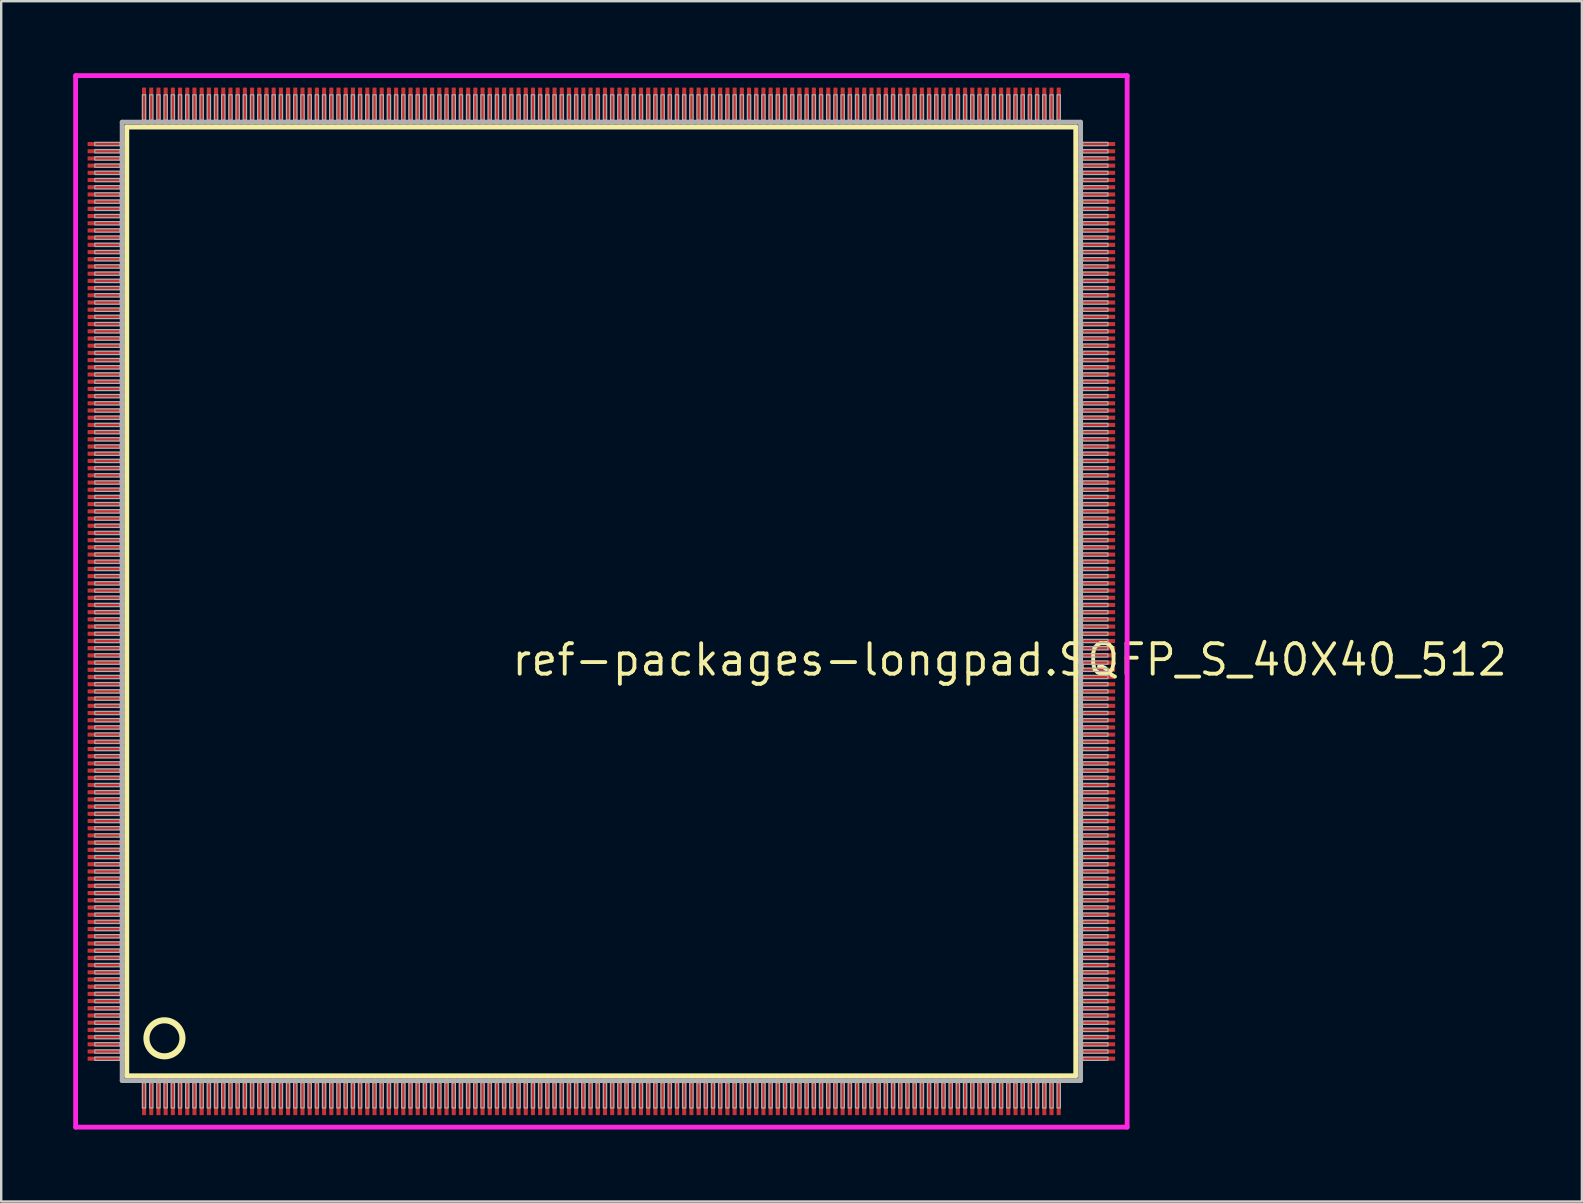
<source format=kicad_pcb>
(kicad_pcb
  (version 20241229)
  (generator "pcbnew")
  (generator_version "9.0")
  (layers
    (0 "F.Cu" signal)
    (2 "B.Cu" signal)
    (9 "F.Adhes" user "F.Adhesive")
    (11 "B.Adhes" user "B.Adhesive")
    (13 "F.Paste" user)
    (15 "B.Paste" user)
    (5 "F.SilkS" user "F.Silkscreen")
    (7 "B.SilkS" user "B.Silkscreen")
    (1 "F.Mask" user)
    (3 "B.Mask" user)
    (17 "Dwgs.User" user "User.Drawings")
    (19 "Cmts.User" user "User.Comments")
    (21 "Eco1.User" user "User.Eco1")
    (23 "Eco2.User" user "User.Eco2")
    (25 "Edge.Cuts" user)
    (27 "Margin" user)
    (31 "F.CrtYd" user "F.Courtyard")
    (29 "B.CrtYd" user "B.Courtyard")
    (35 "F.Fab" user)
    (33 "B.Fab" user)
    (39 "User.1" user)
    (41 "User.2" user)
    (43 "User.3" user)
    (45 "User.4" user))
  (footprint "ref-packages-longpad.SQFP_S_40X40_512"
    (layer "F.Cu")
    (at 22 22)
    (property "Reference" "ref-packages-longpad.SQFP_S_40X40_512" (at -3.81 3.175 0) (layer "F.SilkS") (effects (font (size 1.27 1.27) (thickness 0.16)) (justify left bottom)))
    (attr smd)
    (fp_line (start -19.77 -19.76) (end 19.76 -19.76) (stroke (width 0.203) (type default)) (layer "F.SilkS"))
    (fp_line (start -19.77 19.76) (end -19.77 -19.76) (stroke (width 0.203) (type default)) (layer "F.SilkS"))
    (fp_line (start 19.76 19.76) (end -19.77 19.76) (stroke (width 0.203) (type default)) (layer "F.SilkS"))
    (fp_line (start 19.76 -19.76) (end 19.76 19.76) (stroke (width 0.203) (type default)) (layer "F.SilkS"))
    (fp_circle (center -18.2 18.2) (end -17.45 18.2) (stroke (width 0.254) (type default)) (fill no) (layer "F.SilkS"))
    (fp_line (start -21.9 -21.9) (end 21.9 -21.9) (stroke (width 0.2) (type default)) (layer "F.CrtYd"))
    (fp_line (start -21.9 21.9) (end -21.9 -21.9) (stroke (width 0.2) (type default)) (layer "F.CrtYd"))
    (fp_line (start 21.9 -21.9) (end 21.9 21.9) (stroke (width 0.2) (type default)) (layer "F.CrtYd"))
    (fp_line (start 21.9 21.9) (end -21.9 21.9) (stroke (width 0.2) (type default)) (layer "F.CrtYd"))
    (fp_line (start -19.96 -19.96) (end -19.96 19.96) (stroke (width 0.203) (type default)) (layer "F.Fab"))
    (fp_line (start -19.96 19.96) (end 19.96 19.96) (stroke (width 0.203) (type default)) (layer "F.Fab"))
    (fp_line (start 19.96 -19.96) (end -19.96 -19.96) (stroke (width 0.203) (type default)) (layer "F.Fab"))
    (fp_line (start 19.96 19.96) (end 19.96 -19.96) (stroke (width 0.203) (type default)) (layer "F.Fab"))
    (fp_rect (start -21.1 -18.98) (end -20.05 -19.12) (stroke (width 0.05) (type default)) (fill no) (layer "F.Fab"))
    (fp_rect (start -21.1 -18.68) (end -20.05 -18.82) (stroke (width 0.05) (type default)) (fill no) (layer "F.Fab"))
    (fp_rect (start -21.1 -18.38) (end -20.05 -18.52) (stroke (width 0.05) (type default)) (fill no) (layer "F.Fab"))
    (fp_rect (start -21.1 -18.08) (end -20.05 -18.22) (stroke (width 0.05) (type default)) (fill no) (layer "F.Fab"))
    (fp_rect (start -21.1 -17.78) (end -20.05 -17.92) (stroke (width 0.05) (type default)) (fill no) (layer "F.Fab"))
    (fp_rect (start -21.1 -17.48) (end -20.05 -17.62) (stroke (width 0.05) (type default)) (fill no) (layer "F.Fab"))
    (fp_rect (start -21.1 -17.18) (end -20.05 -17.32) (stroke (width 0.05) (type default)) (fill no) (layer "F.Fab"))
    (fp_rect (start -21.1 -16.88) (end -20.05 -17.02) (stroke (width 0.05) (type default)) (fill no) (layer "F.Fab"))
    (fp_rect (start -21.1 -16.58) (end -20.05 -16.72) (stroke (width 0.05) (type default)) (fill no) (layer "F.Fab"))
    (fp_rect (start -21.1 -16.28) (end -20.05 -16.42) (stroke (width 0.05) (type default)) (fill no) (layer "F.Fab"))
    (fp_rect (start -21.1 -15.98) (end -20.05 -16.12) (stroke (width 0.05) (type default)) (fill no) (layer "F.Fab"))
    (fp_rect (start -21.1 -15.68) (end -20.05 -15.82) (stroke (width 0.05) (type default)) (fill no) (layer "F.Fab"))
    (fp_rect (start -21.1 -15.38) (end -20.05 -15.52) (stroke (width 0.05) (type default)) (fill no) (layer "F.Fab"))
    (fp_rect (start -21.1 -15.08) (end -20.05 -15.22) (stroke (width 0.05) (type default)) (fill no) (layer "F.Fab"))
    (fp_rect (start -21.1 -14.78) (end -20.05 -14.92) (stroke (width 0.05) (type default)) (fill no) (layer "F.Fab"))
    (fp_rect (start -21.1 -14.48) (end -20.05 -14.62) (stroke (width 0.05) (type default)) (fill no) (layer "F.Fab"))
    (fp_rect (start -21.1 -14.18) (end -20.05 -14.32) (stroke (width 0.05) (type default)) (fill no) (layer "F.Fab"))
    (fp_rect (start -21.1 -13.88) (end -20.05 -14.02) (stroke (width 0.05) (type default)) (fill no) (layer "F.Fab"))
    (fp_rect (start -21.1 -13.58) (end -20.05 -13.72) (stroke (width 0.05) (type default)) (fill no) (layer "F.Fab"))
    (fp_rect (start -21.1 -13.28) (end -20.05 -13.42) (stroke (width 0.05) (type default)) (fill no) (layer "F.Fab"))
    (fp_rect (start -21.1 -12.98) (end -20.05 -13.12) (stroke (width 0.05) (type default)) (fill no) (layer "F.Fab"))
    (fp_rect (start -21.1 -12.68) (end -20.05 -12.82) (stroke (width 0.05) (type default)) (fill no) (layer "F.Fab"))
    (fp_rect (start -21.1 -12.38) (end -20.05 -12.52) (stroke (width 0.05) (type default)) (fill no) (layer "F.Fab"))
    (fp_rect (start -21.1 -12.08) (end -20.05 -12.22) (stroke (width 0.05) (type default)) (fill no) (layer "F.Fab"))
    (fp_rect (start -21.1 -11.78) (end -20.05 -11.92) (stroke (width 0.05) (type default)) (fill no) (layer "F.Fab"))
    (fp_rect (start -21.1 -11.48) (end -20.05 -11.62) (stroke (width 0.05) (type default)) (fill no) (layer "F.Fab"))
    (fp_rect (start -21.1 -11.18) (end -20.05 -11.32) (stroke (width 0.05) (type default)) (fill no) (layer "F.Fab"))
    (fp_rect (start -21.1 -10.88) (end -20.05 -11.02) (stroke (width 0.05) (type default)) (fill no) (layer "F.Fab"))
    (fp_rect (start -21.1 -10.58) (end -20.05 -10.72) (stroke (width 0.05) (type default)) (fill no) (layer "F.Fab"))
    (fp_rect (start -21.1 -10.28) (end -20.05 -10.42) (stroke (width 0.05) (type default)) (fill no) (layer "F.Fab"))
    (fp_rect (start -21.1 -9.98) (end -20.05 -10.12) (stroke (width 0.05) (type default)) (fill no) (layer "F.Fab"))
    (fp_rect (start -21.1 -9.68) (end -20.05 -9.82) (stroke (width 0.05) (type default)) (fill no) (layer "F.Fab"))
    (fp_rect (start -21.1 -9.38) (end -20.05 -9.52) (stroke (width 0.05) (type default)) (fill no) (layer "F.Fab"))
    (fp_rect (start -21.1 -9.08) (end -20.05 -9.22) (stroke (width 0.05) (type default)) (fill no) (layer "F.Fab"))
    (fp_rect (start -21.1 -8.78) (end -20.05 -8.92) (stroke (width 0.05) (type default)) (fill no) (layer "F.Fab"))
    (fp_rect (start -21.1 -8.48) (end -20.05 -8.62) (stroke (width 0.05) (type default)) (fill no) (layer "F.Fab"))
    (fp_rect (start -21.1 -8.18) (end -20.05 -8.32) (stroke (width 0.05) (type default)) (fill no) (layer "F.Fab"))
    (fp_rect (start -21.1 -7.88) (end -20.05 -8.02) (stroke (width 0.05) (type default)) (fill no) (layer "F.Fab"))
    (fp_rect (start -21.1 -7.58) (end -20.05 -7.72) (stroke (width 0.05) (type default)) (fill no) (layer "F.Fab"))
    (fp_rect (start -21.1 -7.28) (end -20.05 -7.42) (stroke (width 0.05) (type default)) (fill no) (layer "F.Fab"))
    (fp_rect (start -21.1 -6.98) (end -20.05 -7.12) (stroke (width 0.05) (type default)) (fill no) (layer "F.Fab"))
    (fp_rect (start -21.1 -6.68) (end -20.05 -6.82) (stroke (width 0.05) (type default)) (fill no) (layer "F.Fab"))
    (fp_rect (start -21.1 -6.38) (end -20.05 -6.52) (stroke (width 0.05) (type default)) (fill no) (layer "F.Fab"))
    (fp_rect (start -21.1 -6.08) (end -20.05 -6.22) (stroke (width 0.05) (type default)) (fill no) (layer "F.Fab"))
    (fp_rect (start -21.1 -5.78) (end -20.05 -5.92) (stroke (width 0.05) (type default)) (fill no) (layer "F.Fab"))
    (fp_rect (start -21.1 -5.48) (end -20.05 -5.62) (stroke (width 0.05) (type default)) (fill no) (layer "F.Fab"))
    (fp_rect (start -21.1 -5.18) (end -20.05 -5.32) (stroke (width 0.05) (type default)) (fill no) (layer "F.Fab"))
    (fp_rect (start -21.1 -4.88) (end -20.05 -5.02) (stroke (width 0.05) (type default)) (fill no) (layer "F.Fab"))
    (fp_rect (start -21.1 -4.58) (end -20.05 -4.72) (stroke (width 0.05) (type default)) (fill no) (layer "F.Fab"))
    (fp_rect (start -21.1 -4.28) (end -20.05 -4.42) (stroke (width 0.05) (type default)) (fill no) (layer "F.Fab"))
    (fp_rect (start -21.1 -3.98) (end -20.05 -4.12) (stroke (width 0.05) (type default)) (fill no) (layer "F.Fab"))
    (fp_rect (start -21.1 -3.68) (end -20.05 -3.82) (stroke (width 0.05) (type default)) (fill no) (layer "F.Fab"))
    (fp_rect (start -21.1 -3.38) (end -20.05 -3.52) (stroke (width 0.05) (type default)) (fill no) (layer "F.Fab"))
    (fp_rect (start -21.1 -3.08) (end -20.05 -3.22) (stroke (width 0.05) (type default)) (fill no) (layer "F.Fab"))
    (fp_rect (start -21.1 -2.78) (end -20.05 -2.92) (stroke (width 0.05) (type default)) (fill no) (layer "F.Fab"))
    (fp_rect (start -21.1 -2.48) (end -20.05 -2.62) (stroke (width 0.05) (type default)) (fill no) (layer "F.Fab"))
    (fp_rect (start -21.1 -2.18) (end -20.05 -2.32) (stroke (width 0.05) (type default)) (fill no) (layer "F.Fab"))
    (fp_rect (start -21.1 -1.88) (end -20.05 -2.02) (stroke (width 0.05) (type default)) (fill no) (layer "F.Fab"))
    (fp_rect (start -21.1 -1.58) (end -20.05 -1.72) (stroke (width 0.05) (type default)) (fill no) (layer "F.Fab"))
    (fp_rect (start -21.1 -1.28) (end -20.05 -1.42) (stroke (width 0.05) (type default)) (fill no) (layer "F.Fab"))
    (fp_rect (start -21.1 -0.98) (end -20.05 -1.12) (stroke (width 0.05) (type default)) (fill no) (layer "F.Fab"))
    (fp_rect (start -21.1 -0.68) (end -20.05 -0.82) (stroke (width 0.05) (type default)) (fill no) (layer "F.Fab"))
    (fp_rect (start -21.1 -0.38) (end -20.05 -0.52) (stroke (width 0.05) (type default)) (fill no) (layer "F.Fab"))
    (fp_rect (start -21.1 -0.08) (end -20.05 -0.22) (stroke (width 0.05) (type default)) (fill no) (layer "F.Fab"))
    (fp_rect (start -21.1 0.22) (end -20.05 0.08) (stroke (width 0.05) (type default)) (fill no) (layer "F.Fab"))
    (fp_rect (start -21.1 0.52) (end -20.05 0.38) (stroke (width 0.05) (type default)) (fill no) (layer "F.Fab"))
    (fp_rect (start -21.1 0.82) (end -20.05 0.68) (stroke (width 0.05) (type default)) (fill no) (layer "F.Fab"))
    (fp_rect (start -21.1 1.12) (end -20.05 0.98) (stroke (width 0.05) (type default)) (fill no) (layer "F.Fab"))
    (fp_rect (start -21.1 1.42) (end -20.05 1.28) (stroke (width 0.05) (type default)) (fill no) (layer "F.Fab"))
    (fp_rect (start -21.1 1.72) (end -20.05 1.58) (stroke (width 0.05) (type default)) (fill no) (layer "F.Fab"))
    (fp_rect (start -21.1 2.02) (end -20.05 1.88) (stroke (width 0.05) (type default)) (fill no) (layer "F.Fab"))
    (fp_rect (start -21.1 2.32) (end -20.05 2.18) (stroke (width 0.05) (type default)) (fill no) (layer "F.Fab"))
    (fp_rect (start -21.1 2.62) (end -20.05 2.48) (stroke (width 0.05) (type default)) (fill no) (layer "F.Fab"))
    (fp_rect (start -21.1 2.92) (end -20.05 2.78) (stroke (width 0.05) (type default)) (fill no) (layer "F.Fab"))
    (fp_rect (start -21.1 3.22) (end -20.05 3.08) (stroke (width 0.05) (type default)) (fill no) (layer "F.Fab"))
    (fp_rect (start -21.1 3.52) (end -20.05 3.38) (stroke (width 0.05) (type default)) (fill no) (layer "F.Fab"))
    (fp_rect (start -21.1 3.82) (end -20.05 3.68) (stroke (width 0.05) (type default)) (fill no) (layer "F.Fab"))
    (fp_rect (start -21.1 4.12) (end -20.05 3.98) (stroke (width 0.05) (type default)) (fill no) (layer "F.Fab"))
    (fp_rect (start -21.1 4.42) (end -20.05 4.28) (stroke (width 0.05) (type default)) (fill no) (layer "F.Fab"))
    (fp_rect (start -21.1 4.72) (end -20.05 4.58) (stroke (width 0.05) (type default)) (fill no) (layer "F.Fab"))
    (fp_rect (start -21.1 5.02) (end -20.05 4.88) (stroke (width 0.05) (type default)) (fill no) (layer "F.Fab"))
    (fp_rect (start -21.1 5.32) (end -20.05 5.18) (stroke (width 0.05) (type default)) (fill no) (layer "F.Fab"))
    (fp_rect (start -21.1 5.62) (end -20.05 5.48) (stroke (width 0.05) (type default)) (fill no) (layer "F.Fab"))
    (fp_rect (start -21.1 5.92) (end -20.05 5.78) (stroke (width 0.05) (type default)) (fill no) (layer "F.Fab"))
    (fp_rect (start -21.1 6.22) (end -20.05 6.08) (stroke (width 0.05) (type default)) (fill no) (layer "F.Fab"))
    (fp_rect (start -21.1 6.52) (end -20.05 6.38) (stroke (width 0.05) (type default)) (fill no) (layer "F.Fab"))
    (fp_rect (start -21.1 6.82) (end -20.05 6.68) (stroke (width 0.05) (type default)) (fill no) (layer "F.Fab"))
    (fp_rect (start -21.1 7.12) (end -20.05 6.98) (stroke (width 0.05) (type default)) (fill no) (layer "F.Fab"))
    (fp_rect (start -21.1 7.42) (end -20.05 7.28) (stroke (width 0.05) (type default)) (fill no) (layer "F.Fab"))
    (fp_rect (start -21.1 7.72) (end -20.05 7.58) (stroke (width 0.05) (type default)) (fill no) (layer "F.Fab"))
    (fp_rect (start -21.1 8.02) (end -20.05 7.88) (stroke (width 0.05) (type default)) (fill no) (layer "F.Fab"))
    (fp_rect (start -21.1 8.32) (end -20.05 8.18) (stroke (width 0.05) (type default)) (fill no) (layer "F.Fab"))
    (fp_rect (start -21.1 8.62) (end -20.05 8.48) (stroke (width 0.05) (type default)) (fill no) (layer "F.Fab"))
    (fp_rect (start -21.1 8.92) (end -20.05 8.78) (stroke (width 0.05) (type default)) (fill no) (layer "F.Fab"))
    (fp_rect (start -21.1 9.22) (end -20.05 9.08) (stroke (width 0.05) (type default)) (fill no) (layer "F.Fab"))
    (fp_rect (start -21.1 9.52) (end -20.05 9.38) (stroke (width 0.05) (type default)) (fill no) (layer "F.Fab"))
    (fp_rect (start -21.1 9.82) (end -20.05 9.68) (stroke (width 0.05) (type default)) (fill no) (layer "F.Fab"))
    (fp_rect (start -21.1 10.12) (end -20.05 9.98) (stroke (width 0.05) (type default)) (fill no) (layer "F.Fab"))
    (fp_rect (start -21.1 10.42) (end -20.05 10.28) (stroke (width 0.05) (type default)) (fill no) (layer "F.Fab"))
    (fp_rect (start -21.1 10.72) (end -20.05 10.58) (stroke (width 0.05) (type default)) (fill no) (layer "F.Fab"))
    (fp_rect (start -21.1 11.02) (end -20.05 10.88) (stroke (width 0.05) (type default)) (fill no) (layer "F.Fab"))
    (fp_rect (start -21.1 11.32) (end -20.05 11.18) (stroke (width 0.05) (type default)) (fill no) (layer "F.Fab"))
    (fp_rect (start -21.1 11.62) (end -20.05 11.48) (stroke (width 0.05) (type default)) (fill no) (layer "F.Fab"))
    (fp_rect (start -21.1 11.92) (end -20.05 11.78) (stroke (width 0.05) (type default)) (fill no) (layer "F.Fab"))
    (fp_rect (start -21.1 12.22) (end -20.05 12.08) (stroke (width 0.05) (type default)) (fill no) (layer "F.Fab"))
    (fp_rect (start -21.1 12.52) (end -20.05 12.38) (stroke (width 0.05) (type default)) (fill no) (layer "F.Fab"))
    (fp_rect (start -21.1 12.82) (end -20.05 12.68) (stroke (width 0.05) (type default)) (fill no) (layer "F.Fab"))
    (fp_rect (start -21.1 13.12) (end -20.05 12.98) (stroke (width 0.05) (type default)) (fill no) (layer "F.Fab"))
    (fp_rect (start -21.1 13.42) (end -20.05 13.28) (stroke (width 0.05) (type default)) (fill no) (layer "F.Fab"))
    (fp_rect (start -21.1 13.72) (end -20.05 13.58) (stroke (width 0.05) (type default)) (fill no) (layer "F.Fab"))
    (fp_rect (start -21.1 14.02) (end -20.05 13.88) (stroke (width 0.05) (type default)) (fill no) (layer "F.Fab"))
    (fp_rect (start -21.1 14.32) (end -20.05 14.18) (stroke (width 0.05) (type default)) (fill no) (layer "F.Fab"))
    (fp_rect (start -21.1 14.62) (end -20.05 14.48) (stroke (width 0.05) (type default)) (fill no) (layer "F.Fab"))
    (fp_rect (start -21.1 14.92) (end -20.05 14.78) (stroke (width 0.05) (type default)) (fill no) (layer "F.Fab"))
    (fp_rect (start -21.1 15.22) (end -20.05 15.08) (stroke (width 0.05) (type default)) (fill no) (layer "F.Fab"))
    (fp_rect (start -21.1 15.52) (end -20.05 15.38) (stroke (width 0.05) (type default)) (fill no) (layer "F.Fab"))
    (fp_rect (start -21.1 15.82) (end -20.05 15.68) (stroke (width 0.05) (type default)) (fill no) (layer "F.Fab"))
    (fp_rect (start -21.1 16.12) (end -20.05 15.98) (stroke (width 0.05) (type default)) (fill no) (layer "F.Fab"))
    (fp_rect (start -21.1 16.42) (end -20.05 16.28) (stroke (width 0.05) (type default)) (fill no) (layer "F.Fab"))
    (fp_rect (start -21.1 16.72) (end -20.05 16.58) (stroke (width 0.05) (type default)) (fill no) (layer "F.Fab"))
    (fp_rect (start -21.1 17.02) (end -20.05 16.88) (stroke (width 0.05) (type default)) (fill no) (layer "F.Fab"))
    (fp_rect (start -21.1 17.32) (end -20.05 17.18) (stroke (width 0.05) (type default)) (fill no) (layer "F.Fab"))
    (fp_rect (start -21.1 17.62) (end -20.05 17.48) (stroke (width 0.05) (type default)) (fill no) (layer "F.Fab"))
    (fp_rect (start -21.1 17.92) (end -20.05 17.78) (stroke (width 0.05) (type default)) (fill no) (layer "F.Fab"))
    (fp_rect (start -21.1 18.22) (end -20.05 18.08) (stroke (width 0.05) (type default)) (fill no) (layer "F.Fab"))
    (fp_rect (start -21.1 18.52) (end -20.05 18.38) (stroke (width 0.05) (type default)) (fill no) (layer "F.Fab"))
    (fp_rect (start -21.1 18.82) (end -20.05 18.68) (stroke (width 0.05) (type default)) (fill no) (layer "F.Fab"))
    (fp_rect (start -21.1 19.12) (end -20.05 18.98) (stroke (width 0.05) (type default)) (fill no) (layer "F.Fab"))
    (fp_rect (start -19.12 -20.05) (end -18.98 -21.1) (stroke (width 0.05) (type default)) (fill no) (layer "F.Fab"))
    (fp_rect (start -19.12 21.1) (end -18.98 20.05) (stroke (width 0.05) (type default)) (fill no) (layer "F.Fab"))
    (fp_rect (start -18.82 -20.05) (end -18.68 -21.1) (stroke (width 0.05) (type default)) (fill no) (layer "F.Fab"))
    (fp_rect (start -18.82 21.1) (end -18.68 20.05) (stroke (width 0.05) (type default)) (fill no) (layer "F.Fab"))
    (fp_rect (start -18.52 -20.05) (end -18.38 -21.1) (stroke (width 0.05) (type default)) (fill no) (layer "F.Fab"))
    (fp_rect (start -18.52 21.1) (end -18.38 20.05) (stroke (width 0.05) (type default)) (fill no) (layer "F.Fab"))
    (fp_rect (start -18.22 -20.05) (end -18.08 -21.1) (stroke (width 0.05) (type default)) (fill no) (layer "F.Fab"))
    (fp_rect (start -18.22 21.1) (end -18.08 20.05) (stroke (width 0.05) (type default)) (fill no) (layer "F.Fab"))
    (fp_rect (start -17.92 -20.05) (end -17.78 -21.1) (stroke (width 0.05) (type default)) (fill no) (layer "F.Fab"))
    (fp_rect (start -17.92 21.1) (end -17.78 20.05) (stroke (width 0.05) (type default)) (fill no) (layer "F.Fab"))
    (fp_rect (start -17.62 -20.05) (end -17.48 -21.1) (stroke (width 0.05) (type default)) (fill no) (layer "F.Fab"))
    (fp_rect (start -17.62 21.1) (end -17.48 20.05) (stroke (width 0.05) (type default)) (fill no) (layer "F.Fab"))
    (fp_rect (start -17.32 -20.05) (end -17.18 -21.1) (stroke (width 0.05) (type default)) (fill no) (layer "F.Fab"))
    (fp_rect (start -17.32 21.1) (end -17.18 20.05) (stroke (width 0.05) (type default)) (fill no) (layer "F.Fab"))
    (fp_rect (start -17.02 -20.05) (end -16.88 -21.1) (stroke (width 0.05) (type default)) (fill no) (layer "F.Fab"))
    (fp_rect (start -17.02 21.1) (end -16.88 20.05) (stroke (width 0.05) (type default)) (fill no) (layer "F.Fab"))
    (fp_rect (start -16.72 -20.05) (end -16.58 -21.1) (stroke (width 0.05) (type default)) (fill no) (layer "F.Fab"))
    (fp_rect (start -16.72 21.1) (end -16.58 20.05) (stroke (width 0.05) (type default)) (fill no) (layer "F.Fab"))
    (fp_rect (start -16.42 -20.05) (end -16.28 -21.1) (stroke (width 0.05) (type default)) (fill no) (layer "F.Fab"))
    (fp_rect (start -16.42 21.1) (end -16.28 20.05) (stroke (width 0.05) (type default)) (fill no) (layer "F.Fab"))
    (fp_rect (start -16.12 -20.05) (end -15.98 -21.1) (stroke (width 0.05) (type default)) (fill no) (layer "F.Fab"))
    (fp_rect (start -16.12 21.1) (end -15.98 20.05) (stroke (width 0.05) (type default)) (fill no) (layer "F.Fab"))
    (fp_rect (start -15.82 -20.05) (end -15.68 -21.1) (stroke (width 0.05) (type default)) (fill no) (layer "F.Fab"))
    (fp_rect (start -15.82 21.1) (end -15.68 20.05) (stroke (width 0.05) (type default)) (fill no) (layer "F.Fab"))
    (fp_rect (start -15.52 -20.05) (end -15.38 -21.1) (stroke (width 0.05) (type default)) (fill no) (layer "F.Fab"))
    (fp_rect (start -15.52 21.1) (end -15.38 20.05) (stroke (width 0.05) (type default)) (fill no) (layer "F.Fab"))
    (fp_rect (start -15.22 -20.05) (end -15.08 -21.1) (stroke (width 0.05) (type default)) (fill no) (layer "F.Fab"))
    (fp_rect (start -15.22 21.1) (end -15.08 20.05) (stroke (width 0.05) (type default)) (fill no) (layer "F.Fab"))
    (fp_rect (start -14.92 -20.05) (end -14.78 -21.1) (stroke (width 0.05) (type default)) (fill no) (layer "F.Fab"))
    (fp_rect (start -14.92 21.1) (end -14.78 20.05) (stroke (width 0.05) (type default)) (fill no) (layer "F.Fab"))
    (fp_rect (start -14.62 -20.05) (end -14.48 -21.1) (stroke (width 0.05) (type default)) (fill no) (layer "F.Fab"))
    (fp_rect (start -14.62 21.1) (end -14.48 20.05) (stroke (width 0.05) (type default)) (fill no) (layer "F.Fab"))
    (fp_rect (start -14.32 -20.05) (end -14.18 -21.1) (stroke (width 0.05) (type default)) (fill no) (layer "F.Fab"))
    (fp_rect (start -14.32 21.1) (end -14.18 20.05) (stroke (width 0.05) (type default)) (fill no) (layer "F.Fab"))
    (fp_rect (start -14.02 -20.05) (end -13.88 -21.1) (stroke (width 0.05) (type default)) (fill no) (layer "F.Fab"))
    (fp_rect (start -14.02 21.1) (end -13.88 20.05) (stroke (width 0.05) (type default)) (fill no) (layer "F.Fab"))
    (fp_rect (start -13.72 -20.05) (end -13.58 -21.1) (stroke (width 0.05) (type default)) (fill no) (layer "F.Fab"))
    (fp_rect (start -13.72 21.1) (end -13.58 20.05) (stroke (width 0.05) (type default)) (fill no) (layer "F.Fab"))
    (fp_rect (start -13.42 -20.05) (end -13.28 -21.1) (stroke (width 0.05) (type default)) (fill no) (layer "F.Fab"))
    (fp_rect (start -13.42 21.1) (end -13.28 20.05) (stroke (width 0.05) (type default)) (fill no) (layer "F.Fab"))
    (fp_rect (start -13.12 -20.05) (end -12.98 -21.1) (stroke (width 0.05) (type default)) (fill no) (layer "F.Fab"))
    (fp_rect (start -13.12 21.1) (end -12.98 20.05) (stroke (width 0.05) (type default)) (fill no) (layer "F.Fab"))
    (fp_rect (start -12.82 -20.05) (end -12.68 -21.1) (stroke (width 0.05) (type default)) (fill no) (layer "F.Fab"))
    (fp_rect (start -12.82 21.1) (end -12.68 20.05) (stroke (width 0.05) (type default)) (fill no) (layer "F.Fab"))
    (fp_rect (start -12.52 -20.05) (end -12.38 -21.1) (stroke (width 0.05) (type default)) (fill no) (layer "F.Fab"))
    (fp_rect (start -12.52 21.1) (end -12.38 20.05) (stroke (width 0.05) (type default)) (fill no) (layer "F.Fab"))
    (fp_rect (start -12.22 -20.05) (end -12.08 -21.1) (stroke (width 0.05) (type default)) (fill no) (layer "F.Fab"))
    (fp_rect (start -12.22 21.1) (end -12.08 20.05) (stroke (width 0.05) (type default)) (fill no) (layer "F.Fab"))
    (fp_rect (start -11.92 -20.05) (end -11.78 -21.1) (stroke (width 0.05) (type default)) (fill no) (layer "F.Fab"))
    (fp_rect (start -11.92 21.1) (end -11.78 20.05) (stroke (width 0.05) (type default)) (fill no) (layer "F.Fab"))
    (fp_rect (start -11.62 -20.05) (end -11.48 -21.1) (stroke (width 0.05) (type default)) (fill no) (layer "F.Fab"))
    (fp_rect (start -11.62 21.1) (end -11.48 20.05) (stroke (width 0.05) (type default)) (fill no) (layer "F.Fab"))
    (fp_rect (start -11.32 -20.05) (end -11.18 -21.1) (stroke (width 0.05) (type default)) (fill no) (layer "F.Fab"))
    (fp_rect (start -11.32 21.1) (end -11.18 20.05) (stroke (width 0.05) (type default)) (fill no) (layer "F.Fab"))
    (fp_rect (start -11.02 -20.05) (end -10.88 -21.1) (stroke (width 0.05) (type default)) (fill no) (layer "F.Fab"))
    (fp_rect (start -11.02 21.1) (end -10.88 20.05) (stroke (width 0.05) (type default)) (fill no) (layer "F.Fab"))
    (fp_rect (start -10.72 -20.05) (end -10.58 -21.1) (stroke (width 0.05) (type default)) (fill no) (layer "F.Fab"))
    (fp_rect (start -10.72 21.1) (end -10.58 20.05) (stroke (width 0.05) (type default)) (fill no) (layer "F.Fab"))
    (fp_rect (start -10.42 -20.05) (end -10.28 -21.1) (stroke (width 0.05) (type default)) (fill no) (layer "F.Fab"))
    (fp_rect (start -10.42 21.1) (end -10.28 20.05) (stroke (width 0.05) (type default)) (fill no) (layer "F.Fab"))
    (fp_rect (start -10.12 -20.05) (end -9.98 -21.1) (stroke (width 0.05) (type default)) (fill no) (layer "F.Fab"))
    (fp_rect (start -10.12 21.1) (end -9.98 20.05) (stroke (width 0.05) (type default)) (fill no) (layer "F.Fab"))
    (fp_rect (start -9.82 -20.05) (end -9.68 -21.1) (stroke (width 0.05) (type default)) (fill no) (layer "F.Fab"))
    (fp_rect (start -9.82 21.1) (end -9.68 20.05) (stroke (width 0.05) (type default)) (fill no) (layer "F.Fab"))
    (fp_rect (start -9.52 -20.05) (end -9.38 -21.1) (stroke (width 0.05) (type default)) (fill no) (layer "F.Fab"))
    (fp_rect (start -9.52 21.1) (end -9.38 20.05) (stroke (width 0.05) (type default)) (fill no) (layer "F.Fab"))
    (fp_rect (start -9.22 -20.05) (end -9.08 -21.1) (stroke (width 0.05) (type default)) (fill no) (layer "F.Fab"))
    (fp_rect (start -9.22 21.1) (end -9.08 20.05) (stroke (width 0.05) (type default)) (fill no) (layer "F.Fab"))
    (fp_rect (start -8.92 -20.05) (end -8.78 -21.1) (stroke (width 0.05) (type default)) (fill no) (layer "F.Fab"))
    (fp_rect (start -8.92 21.1) (end -8.78 20.05) (stroke (width 0.05) (type default)) (fill no) (layer "F.Fab"))
    (fp_rect (start -8.62 -20.05) (end -8.48 -21.1) (stroke (width 0.05) (type default)) (fill no) (layer "F.Fab"))
    (fp_rect (start -8.62 21.1) (end -8.48 20.05) (stroke (width 0.05) (type default)) (fill no) (layer "F.Fab"))
    (fp_rect (start -8.32 -20.05) (end -8.18 -21.1) (stroke (width 0.05) (type default)) (fill no) (layer "F.Fab"))
    (fp_rect (start -8.32 21.1) (end -8.18 20.05) (stroke (width 0.05) (type default)) (fill no) (layer "F.Fab"))
    (fp_rect (start -8.02 -20.05) (end -7.88 -21.1) (stroke (width 0.05) (type default)) (fill no) (layer "F.Fab"))
    (fp_rect (start -8.02 21.1) (end -7.88 20.05) (stroke (width 0.05) (type default)) (fill no) (layer "F.Fab"))
    (fp_rect (start -7.72 -20.05) (end -7.58 -21.1) (stroke (width 0.05) (type default)) (fill no) (layer "F.Fab"))
    (fp_rect (start -7.72 21.1) (end -7.58 20.05) (stroke (width 0.05) (type default)) (fill no) (layer "F.Fab"))
    (fp_rect (start -7.42 -20.05) (end -7.28 -21.1) (stroke (width 0.05) (type default)) (fill no) (layer "F.Fab"))
    (fp_rect (start -7.42 21.1) (end -7.28 20.05) (stroke (width 0.05) (type default)) (fill no) (layer "F.Fab"))
    (fp_rect (start -7.12 -20.05) (end -6.98 -21.1) (stroke (width 0.05) (type default)) (fill no) (layer "F.Fab"))
    (fp_rect (start -7.12 21.1) (end -6.98 20.05) (stroke (width 0.05) (type default)) (fill no) (layer "F.Fab"))
    (fp_rect (start -6.82 -20.05) (end -6.68 -21.1) (stroke (width 0.05) (type default)) (fill no) (layer "F.Fab"))
    (fp_rect (start -6.82 21.1) (end -6.68 20.05) (stroke (width 0.05) (type default)) (fill no) (layer "F.Fab"))
    (fp_rect (start -6.52 -20.05) (end -6.38 -21.1) (stroke (width 0.05) (type default)) (fill no) (layer "F.Fab"))
    (fp_rect (start -6.52 21.1) (end -6.38 20.05) (stroke (width 0.05) (type default)) (fill no) (layer "F.Fab"))
    (fp_rect (start -6.22 -20.05) (end -6.08 -21.1) (stroke (width 0.05) (type default)) (fill no) (layer "F.Fab"))
    (fp_rect (start -6.22 21.1) (end -6.08 20.05) (stroke (width 0.05) (type default)) (fill no) (layer "F.Fab"))
    (fp_rect (start -5.92 -20.05) (end -5.78 -21.1) (stroke (width 0.05) (type default)) (fill no) (layer "F.Fab"))
    (fp_rect (start -5.92 21.1) (end -5.78 20.05) (stroke (width 0.05) (type default)) (fill no) (layer "F.Fab"))
    (fp_rect (start -5.62 -20.05) (end -5.48 -21.1) (stroke (width 0.05) (type default)) (fill no) (layer "F.Fab"))
    (fp_rect (start -5.62 21.1) (end -5.48 20.05) (stroke (width 0.05) (type default)) (fill no) (layer "F.Fab"))
    (fp_rect (start -5.32 -20.05) (end -5.18 -21.1) (stroke (width 0.05) (type default)) (fill no) (layer "F.Fab"))
    (fp_rect (start -5.32 21.1) (end -5.18 20.05) (stroke (width 0.05) (type default)) (fill no) (layer "F.Fab"))
    (fp_rect (start -5.02 -20.05) (end -4.88 -21.1) (stroke (width 0.05) (type default)) (fill no) (layer "F.Fab"))
    (fp_rect (start -5.02 21.1) (end -4.88 20.05) (stroke (width 0.05) (type default)) (fill no) (layer "F.Fab"))
    (fp_rect (start -4.72 -20.05) (end -4.58 -21.1) (stroke (width 0.05) (type default)) (fill no) (layer "F.Fab"))
    (fp_rect (start -4.72 21.1) (end -4.58 20.05) (stroke (width 0.05) (type default)) (fill no) (layer "F.Fab"))
    (fp_rect (start -4.42 -20.05) (end -4.28 -21.1) (stroke (width 0.05) (type default)) (fill no) (layer "F.Fab"))
    (fp_rect (start -4.42 21.1) (end -4.28 20.05) (stroke (width 0.05) (type default)) (fill no) (layer "F.Fab"))
    (fp_rect (start -4.12 -20.05) (end -3.98 -21.1) (stroke (width 0.05) (type default)) (fill no) (layer "F.Fab"))
    (fp_rect (start -4.12 21.1) (end -3.98 20.05) (stroke (width 0.05) (type default)) (fill no) (layer "F.Fab"))
    (fp_rect (start -3.82 -20.05) (end -3.68 -21.1) (stroke (width 0.05) (type default)) (fill no) (layer "F.Fab"))
    (fp_rect (start -3.82 21.1) (end -3.68 20.05) (stroke (width 0.05) (type default)) (fill no) (layer "F.Fab"))
    (fp_rect (start -3.52 -20.05) (end -3.38 -21.1) (stroke (width 0.05) (type default)) (fill no) (layer "F.Fab"))
    (fp_rect (start -3.52 21.1) (end -3.38 20.05) (stroke (width 0.05) (type default)) (fill no) (layer "F.Fab"))
    (fp_rect (start -3.22 -20.05) (end -3.08 -21.1) (stroke (width 0.05) (type default)) (fill no) (layer "F.Fab"))
    (fp_rect (start -3.22 21.1) (end -3.08 20.05) (stroke (width 0.05) (type default)) (fill no) (layer "F.Fab"))
    (fp_rect (start -2.92 -20.05) (end -2.78 -21.1) (stroke (width 0.05) (type default)) (fill no) (layer "F.Fab"))
    (fp_rect (start -2.92 21.1) (end -2.78 20.05) (stroke (width 0.05) (type default)) (fill no) (layer "F.Fab"))
    (fp_rect (start -2.62 -20.05) (end -2.48 -21.1) (stroke (width 0.05) (type default)) (fill no) (layer "F.Fab"))
    (fp_rect (start -2.62 21.1) (end -2.48 20.05) (stroke (width 0.05) (type default)) (fill no) (layer "F.Fab"))
    (fp_rect (start -2.32 -20.05) (end -2.18 -21.1) (stroke (width 0.05) (type default)) (fill no) (layer "F.Fab"))
    (fp_rect (start -2.32 21.1) (end -2.18 20.05) (stroke (width 0.05) (type default)) (fill no) (layer "F.Fab"))
    (fp_rect (start -2.02 -20.05) (end -1.88 -21.1) (stroke (width 0.05) (type default)) (fill no) (layer "F.Fab"))
    (fp_rect (start -2.02 21.1) (end -1.88 20.05) (stroke (width 0.05) (type default)) (fill no) (layer "F.Fab"))
    (fp_rect (start -1.72 -20.05) (end -1.58 -21.1) (stroke (width 0.05) (type default)) (fill no) (layer "F.Fab"))
    (fp_rect (start -1.72 21.1) (end -1.58 20.05) (stroke (width 0.05) (type default)) (fill no) (layer "F.Fab"))
    (fp_rect (start -1.42 -20.05) (end -1.28 -21.1) (stroke (width 0.05) (type default)) (fill no) (layer "F.Fab"))
    (fp_rect (start -1.42 21.1) (end -1.28 20.05) (stroke (width 0.05) (type default)) (fill no) (layer "F.Fab"))
    (fp_rect (start -1.12 -20.05) (end -0.98 -21.1) (stroke (width 0.05) (type default)) (fill no) (layer "F.Fab"))
    (fp_rect (start -1.12 21.1) (end -0.98 20.05) (stroke (width 0.05) (type default)) (fill no) (layer "F.Fab"))
    (fp_rect (start -0.82 -20.05) (end -0.68 -21.1) (stroke (width 0.05) (type default)) (fill no) (layer "F.Fab"))
    (fp_rect (start -0.82 21.1) (end -0.68 20.05) (stroke (width 0.05) (type default)) (fill no) (layer "F.Fab"))
    (fp_rect (start -0.52 -20.05) (end -0.38 -21.1) (stroke (width 0.05) (type default)) (fill no) (layer "F.Fab"))
    (fp_rect (start -0.52 21.1) (end -0.38 20.05) (stroke (width 0.05) (type default)) (fill no) (layer "F.Fab"))
    (fp_rect (start -0.22 -20.05) (end -0.08 -21.1) (stroke (width 0.05) (type default)) (fill no) (layer "F.Fab"))
    (fp_rect (start -0.22 21.1) (end -0.08 20.05) (stroke (width 0.05) (type default)) (fill no) (layer "F.Fab"))
    (fp_rect (start 0.08 -20.05) (end 0.22 -21.1) (stroke (width 0.05) (type default)) (fill no) (layer "F.Fab"))
    (fp_rect (start 0.08 21.1) (end 0.22 20.05) (stroke (width 0.05) (type default)) (fill no) (layer "F.Fab"))
    (fp_rect (start 0.38 -20.05) (end 0.52 -21.1) (stroke (width 0.05) (type default)) (fill no) (layer "F.Fab"))
    (fp_rect (start 0.38 21.1) (end 0.52 20.05) (stroke (width 0.05) (type default)) (fill no) (layer "F.Fab"))
    (fp_rect (start 0.68 -20.05) (end 0.82 -21.1) (stroke (width 0.05) (type default)) (fill no) (layer "F.Fab"))
    (fp_rect (start 0.68 21.1) (end 0.82 20.05) (stroke (width 0.05) (type default)) (fill no) (layer "F.Fab"))
    (fp_rect (start 0.98 -20.05) (end 1.12 -21.1) (stroke (width 0.05) (type default)) (fill no) (layer "F.Fab"))
    (fp_rect (start 0.98 21.1) (end 1.12 20.05) (stroke (width 0.05) (type default)) (fill no) (layer "F.Fab"))
    (fp_rect (start 1.28 -20.05) (end 1.42 -21.1) (stroke (width 0.05) (type default)) (fill no) (layer "F.Fab"))
    (fp_rect (start 1.28 21.1) (end 1.42 20.05) (stroke (width 0.05) (type default)) (fill no) (layer "F.Fab"))
    (fp_rect (start 1.58 -20.05) (end 1.72 -21.1) (stroke (width 0.05) (type default)) (fill no) (layer "F.Fab"))
    (fp_rect (start 1.58 21.1) (end 1.72 20.05) (stroke (width 0.05) (type default)) (fill no) (layer "F.Fab"))
    (fp_rect (start 1.88 -20.05) (end 2.02 -21.1) (stroke (width 0.05) (type default)) (fill no) (layer "F.Fab"))
    (fp_rect (start 1.88 21.1) (end 2.02 20.05) (stroke (width 0.05) (type default)) (fill no) (layer "F.Fab"))
    (fp_rect (start 2.18 -20.05) (end 2.32 -21.1) (stroke (width 0.05) (type default)) (fill no) (layer "F.Fab"))
    (fp_rect (start 2.18 21.1) (end 2.32 20.05) (stroke (width 0.05) (type default)) (fill no) (layer "F.Fab"))
    (fp_rect (start 2.48 -20.05) (end 2.62 -21.1) (stroke (width 0.05) (type default)) (fill no) (layer "F.Fab"))
    (fp_rect (start 2.48 21.1) (end 2.62 20.05) (stroke (width 0.05) (type default)) (fill no) (layer "F.Fab"))
    (fp_rect (start 2.78 -20.05) (end 2.92 -21.1) (stroke (width 0.05) (type default)) (fill no) (layer "F.Fab"))
    (fp_rect (start 2.78 21.1) (end 2.92 20.05) (stroke (width 0.05) (type default)) (fill no) (layer "F.Fab"))
    (fp_rect (start 3.08 -20.05) (end 3.22 -21.1) (stroke (width 0.05) (type default)) (fill no) (layer "F.Fab"))
    (fp_rect (start 3.08 21.1) (end 3.22 20.05) (stroke (width 0.05) (type default)) (fill no) (layer "F.Fab"))
    (fp_rect (start 3.38 -20.05) (end 3.52 -21.1) (stroke (width 0.05) (type default)) (fill no) (layer "F.Fab"))
    (fp_rect (start 3.38 21.1) (end 3.52 20.05) (stroke (width 0.05) (type default)) (fill no) (layer "F.Fab"))
    (fp_rect (start 3.68 -20.05) (end 3.82 -21.1) (stroke (width 0.05) (type default)) (fill no) (layer "F.Fab"))
    (fp_rect (start 3.68 21.1) (end 3.82 20.05) (stroke (width 0.05) (type default)) (fill no) (layer "F.Fab"))
    (fp_rect (start 3.98 -20.05) (end 4.12 -21.1) (stroke (width 0.05) (type default)) (fill no) (layer "F.Fab"))
    (fp_rect (start 3.98 21.1) (end 4.12 20.05) (stroke (width 0.05) (type default)) (fill no) (layer "F.Fab"))
    (fp_rect (start 4.28 -20.05) (end 4.42 -21.1) (stroke (width 0.05) (type default)) (fill no) (layer "F.Fab"))
    (fp_rect (start 4.28 21.1) (end 4.42 20.05) (stroke (width 0.05) (type default)) (fill no) (layer "F.Fab"))
    (fp_rect (start 4.58 -20.05) (end 4.72 -21.1) (stroke (width 0.05) (type default)) (fill no) (layer "F.Fab"))
    (fp_rect (start 4.58 21.1) (end 4.72 20.05) (stroke (width 0.05) (type default)) (fill no) (layer "F.Fab"))
    (fp_rect (start 4.88 -20.05) (end 5.02 -21.1) (stroke (width 0.05) (type default)) (fill no) (layer "F.Fab"))
    (fp_rect (start 4.88 21.1) (end 5.02 20.05) (stroke (width 0.05) (type default)) (fill no) (layer "F.Fab"))
    (fp_rect (start 5.18 -20.05) (end 5.32 -21.1) (stroke (width 0.05) (type default)) (fill no) (layer "F.Fab"))
    (fp_rect (start 5.18 21.1) (end 5.32 20.05) (stroke (width 0.05) (type default)) (fill no) (layer "F.Fab"))
    (fp_rect (start 5.48 -20.05) (end 5.62 -21.1) (stroke (width 0.05) (type default)) (fill no) (layer "F.Fab"))
    (fp_rect (start 5.48 21.1) (end 5.62 20.05) (stroke (width 0.05) (type default)) (fill no) (layer "F.Fab"))
    (fp_rect (start 5.78 -20.05) (end 5.92 -21.1) (stroke (width 0.05) (type default)) (fill no) (layer "F.Fab"))
    (fp_rect (start 5.78 21.1) (end 5.92 20.05) (stroke (width 0.05) (type default)) (fill no) (layer "F.Fab"))
    (fp_rect (start 6.08 -20.05) (end 6.22 -21.1) (stroke (width 0.05) (type default)) (fill no) (layer "F.Fab"))
    (fp_rect (start 6.08 21.1) (end 6.22 20.05) (stroke (width 0.05) (type default)) (fill no) (layer "F.Fab"))
    (fp_rect (start 6.38 -20.05) (end 6.52 -21.1) (stroke (width 0.05) (type default)) (fill no) (layer "F.Fab"))
    (fp_rect (start 6.38 21.1) (end 6.52 20.05) (stroke (width 0.05) (type default)) (fill no) (layer "F.Fab"))
    (fp_rect (start 6.68 -20.05) (end 6.82 -21.1) (stroke (width 0.05) (type default)) (fill no) (layer "F.Fab"))
    (fp_rect (start 6.68 21.1) (end 6.82 20.05) (stroke (width 0.05) (type default)) (fill no) (layer "F.Fab"))
    (fp_rect (start 6.98 -20.05) (end 7.12 -21.1) (stroke (width 0.05) (type default)) (fill no) (layer "F.Fab"))
    (fp_rect (start 6.98 21.1) (end 7.12 20.05) (stroke (width 0.05) (type default)) (fill no) (layer "F.Fab"))
    (fp_rect (start 7.28 -20.05) (end 7.42 -21.1) (stroke (width 0.05) (type default)) (fill no) (layer "F.Fab"))
    (fp_rect (start 7.28 21.1) (end 7.42 20.05) (stroke (width 0.05) (type default)) (fill no) (layer "F.Fab"))
    (fp_rect (start 7.58 -20.05) (end 7.72 -21.1) (stroke (width 0.05) (type default)) (fill no) (layer "F.Fab"))
    (fp_rect (start 7.58 21.1) (end 7.72 20.05) (stroke (width 0.05) (type default)) (fill no) (layer "F.Fab"))
    (fp_rect (start 7.88 -20.05) (end 8.02 -21.1) (stroke (width 0.05) (type default)) (fill no) (layer "F.Fab"))
    (fp_rect (start 7.88 21.1) (end 8.02 20.05) (stroke (width 0.05) (type default)) (fill no) (layer "F.Fab"))
    (fp_rect (start 8.18 -20.05) (end 8.32 -21.1) (stroke (width 0.05) (type default)) (fill no) (layer "F.Fab"))
    (fp_rect (start 8.18 21.1) (end 8.32 20.05) (stroke (width 0.05) (type default)) (fill no) (layer "F.Fab"))
    (fp_rect (start 8.48 -20.05) (end 8.62 -21.1) (stroke (width 0.05) (type default)) (fill no) (layer "F.Fab"))
    (fp_rect (start 8.48 21.1) (end 8.62 20.05) (stroke (width 0.05) (type default)) (fill no) (layer "F.Fab"))
    (fp_rect (start 8.78 -20.05) (end 8.92 -21.1) (stroke (width 0.05) (type default)) (fill no) (layer "F.Fab"))
    (fp_rect (start 8.78 21.1) (end 8.92 20.05) (stroke (width 0.05) (type default)) (fill no) (layer "F.Fab"))
    (fp_rect (start 9.08 -20.05) (end 9.22 -21.1) (stroke (width 0.05) (type default)) (fill no) (layer "F.Fab"))
    (fp_rect (start 9.08 21.1) (end 9.22 20.05) (stroke (width 0.05) (type default)) (fill no) (layer "F.Fab"))
    (fp_rect (start 9.38 -20.05) (end 9.52 -21.1) (stroke (width 0.05) (type default)) (fill no) (layer "F.Fab"))
    (fp_rect (start 9.38 21.1) (end 9.52 20.05) (stroke (width 0.05) (type default)) (fill no) (layer "F.Fab"))
    (fp_rect (start 9.68 -20.05) (end 9.82 -21.1) (stroke (width 0.05) (type default)) (fill no) (layer "F.Fab"))
    (fp_rect (start 9.68 21.1) (end 9.82 20.05) (stroke (width 0.05) (type default)) (fill no) (layer "F.Fab"))
    (fp_rect (start 9.98 -20.05) (end 10.12 -21.1) (stroke (width 0.05) (type default)) (fill no) (layer "F.Fab"))
    (fp_rect (start 9.98 21.1) (end 10.12 20.05) (stroke (width 0.05) (type default)) (fill no) (layer "F.Fab"))
    (fp_rect (start 10.28 -20.05) (end 10.42 -21.1) (stroke (width 0.05) (type default)) (fill no) (layer "F.Fab"))
    (fp_rect (start 10.28 21.1) (end 10.42 20.05) (stroke (width 0.05) (type default)) (fill no) (layer "F.Fab"))
    (fp_rect (start 10.58 -20.05) (end 10.72 -21.1) (stroke (width 0.05) (type default)) (fill no) (layer "F.Fab"))
    (fp_rect (start 10.58 21.1) (end 10.72 20.05) (stroke (width 0.05) (type default)) (fill no) (layer "F.Fab"))
    (fp_rect (start 10.88 -20.05) (end 11.02 -21.1) (stroke (width 0.05) (type default)) (fill no) (layer "F.Fab"))
    (fp_rect (start 10.88 21.1) (end 11.02 20.05) (stroke (width 0.05) (type default)) (fill no) (layer "F.Fab"))
    (fp_rect (start 11.18 -20.05) (end 11.32 -21.1) (stroke (width 0.05) (type default)) (fill no) (layer "F.Fab"))
    (fp_rect (start 11.18 21.1) (end 11.32 20.05) (stroke (width 0.05) (type default)) (fill no) (layer "F.Fab"))
    (fp_rect (start 11.48 -20.05) (end 11.62 -21.1) (stroke (width 0.05) (type default)) (fill no) (layer "F.Fab"))
    (fp_rect (start 11.48 21.1) (end 11.62 20.05) (stroke (width 0.05) (type default)) (fill no) (layer "F.Fab"))
    (fp_rect (start 11.78 -20.05) (end 11.92 -21.1) (stroke (width 0.05) (type default)) (fill no) (layer "F.Fab"))
    (fp_rect (start 11.78 21.1) (end 11.92 20.05) (stroke (width 0.05) (type default)) (fill no) (layer "F.Fab"))
    (fp_rect (start 12.08 -20.05) (end 12.22 -21.1) (stroke (width 0.05) (type default)) (fill no) (layer "F.Fab"))
    (fp_rect (start 12.08 21.1) (end 12.22 20.05) (stroke (width 0.05) (type default)) (fill no) (layer "F.Fab"))
    (fp_rect (start 12.38 -20.05) (end 12.52 -21.1) (stroke (width 0.05) (type default)) (fill no) (layer "F.Fab"))
    (fp_rect (start 12.38 21.1) (end 12.52 20.05) (stroke (width 0.05) (type default)) (fill no) (layer "F.Fab"))
    (fp_rect (start 12.68 -20.05) (end 12.82 -21.1) (stroke (width 0.05) (type default)) (fill no) (layer "F.Fab"))
    (fp_rect (start 12.68 21.1) (end 12.82 20.05) (stroke (width 0.05) (type default)) (fill no) (layer "F.Fab"))
    (fp_rect (start 12.98 -20.05) (end 13.12 -21.1) (stroke (width 0.05) (type default)) (fill no) (layer "F.Fab"))
    (fp_rect (start 12.98 21.1) (end 13.12 20.05) (stroke (width 0.05) (type default)) (fill no) (layer "F.Fab"))
    (fp_rect (start 13.28 -20.05) (end 13.42 -21.1) (stroke (width 0.05) (type default)) (fill no) (layer "F.Fab"))
    (fp_rect (start 13.28 21.1) (end 13.42 20.05) (stroke (width 0.05) (type default)) (fill no) (layer "F.Fab"))
    (fp_rect (start 13.58 -20.05) (end 13.72 -21.1) (stroke (width 0.05) (type default)) (fill no) (layer "F.Fab"))
    (fp_rect (start 13.58 21.1) (end 13.72 20.05) (stroke (width 0.05) (type default)) (fill no) (layer "F.Fab"))
    (fp_rect (start 13.88 -20.05) (end 14.02 -21.1) (stroke (width 0.05) (type default)) (fill no) (layer "F.Fab"))
    (fp_rect (start 13.88 21.1) (end 14.02 20.05) (stroke (width 0.05) (type default)) (fill no) (layer "F.Fab"))
    (fp_rect (start 14.18 -20.05) (end 14.32 -21.1) (stroke (width 0.05) (type default)) (fill no) (layer "F.Fab"))
    (fp_rect (start 14.18 21.1) (end 14.32 20.05) (stroke (width 0.05) (type default)) (fill no) (layer "F.Fab"))
    (fp_rect (start 14.48 -20.05) (end 14.62 -21.1) (stroke (width 0.05) (type default)) (fill no) (layer "F.Fab"))
    (fp_rect (start 14.48 21.1) (end 14.62 20.05) (stroke (width 0.05) (type default)) (fill no) (layer "F.Fab"))
    (fp_rect (start 14.78 -20.05) (end 14.92 -21.1) (stroke (width 0.05) (type default)) (fill no) (layer "F.Fab"))
    (fp_rect (start 14.78 21.1) (end 14.92 20.05) (stroke (width 0.05) (type default)) (fill no) (layer "F.Fab"))
    (fp_rect (start 15.08 -20.05) (end 15.22 -21.1) (stroke (width 0.05) (type default)) (fill no) (layer "F.Fab"))
    (fp_rect (start 15.08 21.1) (end 15.22 20.05) (stroke (width 0.05) (type default)) (fill no) (layer "F.Fab"))
    (fp_rect (start 15.38 -20.05) (end 15.52 -21.1) (stroke (width 0.05) (type default)) (fill no) (layer "F.Fab"))
    (fp_rect (start 15.38 21.1) (end 15.52 20.05) (stroke (width 0.05) (type default)) (fill no) (layer "F.Fab"))
    (fp_rect (start 15.68 -20.05) (end 15.82 -21.1) (stroke (width 0.05) (type default)) (fill no) (layer "F.Fab"))
    (fp_rect (start 15.68 21.1) (end 15.82 20.05) (stroke (width 0.05) (type default)) (fill no) (layer "F.Fab"))
    (fp_rect (start 15.98 -20.05) (end 16.12 -21.1) (stroke (width 0.05) (type default)) (fill no) (layer "F.Fab"))
    (fp_rect (start 15.98 21.1) (end 16.12 20.05) (stroke (width 0.05) (type default)) (fill no) (layer "F.Fab"))
    (fp_rect (start 16.28 -20.05) (end 16.42 -21.1) (stroke (width 0.05) (type default)) (fill no) (layer "F.Fab"))
    (fp_rect (start 16.28 21.1) (end 16.42 20.05) (stroke (width 0.05) (type default)) (fill no) (layer "F.Fab"))
    (fp_rect (start 16.58 -20.05) (end 16.72 -21.1) (stroke (width 0.05) (type default)) (fill no) (layer "F.Fab"))
    (fp_rect (start 16.58 21.1) (end 16.72 20.05) (stroke (width 0.05) (type default)) (fill no) (layer "F.Fab"))
    (fp_rect (start 16.88 -20.05) (end 17.02 -21.1) (stroke (width 0.05) (type default)) (fill no) (layer "F.Fab"))
    (fp_rect (start 16.88 21.1) (end 17.02 20.05) (stroke (width 0.05) (type default)) (fill no) (layer "F.Fab"))
    (fp_rect (start 17.18 -20.05) (end 17.32 -21.1) (stroke (width 0.05) (type default)) (fill no) (layer "F.Fab"))
    (fp_rect (start 17.18 21.1) (end 17.32 20.05) (stroke (width 0.05) (type default)) (fill no) (layer "F.Fab"))
    (fp_rect (start 17.48 -20.05) (end 17.62 -21.1) (stroke (width 0.05) (type default)) (fill no) (layer "F.Fab"))
    (fp_rect (start 17.48 21.1) (end 17.62 20.05) (stroke (width 0.05) (type default)) (fill no) (layer "F.Fab"))
    (fp_rect (start 17.78 -20.05) (end 17.92 -21.1) (stroke (width 0.05) (type default)) (fill no) (layer "F.Fab"))
    (fp_rect (start 17.78 21.1) (end 17.92 20.05) (stroke (width 0.05) (type default)) (fill no) (layer "F.Fab"))
    (fp_rect (start 18.08 -20.05) (end 18.22 -21.1) (stroke (width 0.05) (type default)) (fill no) (layer "F.Fab"))
    (fp_rect (start 18.08 21.1) (end 18.22 20.05) (stroke (width 0.05) (type default)) (fill no) (layer "F.Fab"))
    (fp_rect (start 18.38 -20.05) (end 18.52 -21.1) (stroke (width 0.05) (type default)) (fill no) (layer "F.Fab"))
    (fp_rect (start 18.38 21.1) (end 18.52 20.05) (stroke (width 0.05) (type default)) (fill no) (layer "F.Fab"))
    (fp_rect (start 18.68 -20.05) (end 18.82 -21.1) (stroke (width 0.05) (type default)) (fill no) (layer "F.Fab"))
    (fp_rect (start 18.68 21.1) (end 18.82 20.05) (stroke (width 0.05) (type default)) (fill no) (layer "F.Fab"))
    (fp_rect (start 18.98 -20.05) (end 19.12 -21.1) (stroke (width 0.05) (type default)) (fill no) (layer "F.Fab"))
    (fp_rect (start 18.98 21.1) (end 19.12 20.05) (stroke (width 0.05) (type default)) (fill no) (layer "F.Fab"))
    (fp_rect (start 20.05 -18.98) (end 21.1 -19.12) (stroke (width 0.05) (type default)) (fill no) (layer "F.Fab"))
    (fp_rect (start 20.05 -18.68) (end 21.1 -18.82) (stroke (width 0.05) (type default)) (fill no) (layer "F.Fab"))
    (fp_rect (start 20.05 -18.38) (end 21.1 -18.52) (stroke (width 0.05) (type default)) (fill no) (layer "F.Fab"))
    (fp_rect (start 20.05 -18.08) (end 21.1 -18.22) (stroke (width 0.05) (type default)) (fill no) (layer "F.Fab"))
    (fp_rect (start 20.05 -17.78) (end 21.1 -17.92) (stroke (width 0.05) (type default)) (fill no) (layer "F.Fab"))
    (fp_rect (start 20.05 -17.48) (end 21.1 -17.62) (stroke (width 0.05) (type default)) (fill no) (layer "F.Fab"))
    (fp_rect (start 20.05 -17.18) (end 21.1 -17.32) (stroke (width 0.05) (type default)) (fill no) (layer "F.Fab"))
    (fp_rect (start 20.05 -16.88) (end 21.1 -17.02) (stroke (width 0.05) (type default)) (fill no) (layer "F.Fab"))
    (fp_rect (start 20.05 -16.58) (end 21.1 -16.72) (stroke (width 0.05) (type default)) (fill no) (layer "F.Fab"))
    (fp_rect (start 20.05 -16.28) (end 21.1 -16.42) (stroke (width 0.05) (type default)) (fill no) (layer "F.Fab"))
    (fp_rect (start 20.05 -15.98) (end 21.1 -16.12) (stroke (width 0.05) (type default)) (fill no) (layer "F.Fab"))
    (fp_rect (start 20.05 -15.68) (end 21.1 -15.82) (stroke (width 0.05) (type default)) (fill no) (layer "F.Fab"))
    (fp_rect (start 20.05 -15.38) (end 21.1 -15.52) (stroke (width 0.05) (type default)) (fill no) (layer "F.Fab"))
    (fp_rect (start 20.05 -15.08) (end 21.1 -15.22) (stroke (width 0.05) (type default)) (fill no) (layer "F.Fab"))
    (fp_rect (start 20.05 -14.78) (end 21.1 -14.92) (stroke (width 0.05) (type default)) (fill no) (layer "F.Fab"))
    (fp_rect (start 20.05 -14.48) (end 21.1 -14.62) (stroke (width 0.05) (type default)) (fill no) (layer "F.Fab"))
    (fp_rect (start 20.05 -14.18) (end 21.1 -14.32) (stroke (width 0.05) (type default)) (fill no) (layer "F.Fab"))
    (fp_rect (start 20.05 -13.88) (end 21.1 -14.02) (stroke (width 0.05) (type default)) (fill no) (layer "F.Fab"))
    (fp_rect (start 20.05 -13.58) (end 21.1 -13.72) (stroke (width 0.05) (type default)) (fill no) (layer "F.Fab"))
    (fp_rect (start 20.05 -13.28) (end 21.1 -13.42) (stroke (width 0.05) (type default)) (fill no) (layer "F.Fab"))
    (fp_rect (start 20.05 -12.98) (end 21.1 -13.12) (stroke (width 0.05) (type default)) (fill no) (layer "F.Fab"))
    (fp_rect (start 20.05 -12.68) (end 21.1 -12.82) (stroke (width 0.05) (type default)) (fill no) (layer "F.Fab"))
    (fp_rect (start 20.05 -12.38) (end 21.1 -12.52) (stroke (width 0.05) (type default)) (fill no) (layer "F.Fab"))
    (fp_rect (start 20.05 -12.08) (end 21.1 -12.22) (stroke (width 0.05) (type default)) (fill no) (layer "F.Fab"))
    (fp_rect (start 20.05 -11.78) (end 21.1 -11.92) (stroke (width 0.05) (type default)) (fill no) (layer "F.Fab"))
    (fp_rect (start 20.05 -11.48) (end 21.1 -11.62) (stroke (width 0.05) (type default)) (fill no) (layer "F.Fab"))
    (fp_rect (start 20.05 -11.18) (end 21.1 -11.32) (stroke (width 0.05) (type default)) (fill no) (layer "F.Fab"))
    (fp_rect (start 20.05 -10.88) (end 21.1 -11.02) (stroke (width 0.05) (type default)) (fill no) (layer "F.Fab"))
    (fp_rect (start 20.05 -10.58) (end 21.1 -10.72) (stroke (width 0.05) (type default)) (fill no) (layer "F.Fab"))
    (fp_rect (start 20.05 -10.28) (end 21.1 -10.42) (stroke (width 0.05) (type default)) (fill no) (layer "F.Fab"))
    (fp_rect (start 20.05 -9.98) (end 21.1 -10.12) (stroke (width 0.05) (type default)) (fill no) (layer "F.Fab"))
    (fp_rect (start 20.05 -9.68) (end 21.1 -9.82) (stroke (width 0.05) (type default)) (fill no) (layer "F.Fab"))
    (fp_rect (start 20.05 -9.38) (end 21.1 -9.52) (stroke (width 0.05) (type default)) (fill no) (layer "F.Fab"))
    (fp_rect (start 20.05 -9.08) (end 21.1 -9.22) (stroke (width 0.05) (type default)) (fill no) (layer "F.Fab"))
    (fp_rect (start 20.05 -8.78) (end 21.1 -8.92) (stroke (width 0.05) (type default)) (fill no) (layer "F.Fab"))
    (fp_rect (start 20.05 -8.48) (end 21.1 -8.62) (stroke (width 0.05) (type default)) (fill no) (layer "F.Fab"))
    (fp_rect (start 20.05 -8.18) (end 21.1 -8.32) (stroke (width 0.05) (type default)) (fill no) (layer "F.Fab"))
    (fp_rect (start 20.05 -7.88) (end 21.1 -8.02) (stroke (width 0.05) (type default)) (fill no) (layer "F.Fab"))
    (fp_rect (start 20.05 -7.58) (end 21.1 -7.72) (stroke (width 0.05) (type default)) (fill no) (layer "F.Fab"))
    (fp_rect (start 20.05 -7.28) (end 21.1 -7.42) (stroke (width 0.05) (type default)) (fill no) (layer "F.Fab"))
    (fp_rect (start 20.05 -6.98) (end 21.1 -7.12) (stroke (width 0.05) (type default)) (fill no) (layer "F.Fab"))
    (fp_rect (start 20.05 -6.68) (end 21.1 -6.82) (stroke (width 0.05) (type default)) (fill no) (layer "F.Fab"))
    (fp_rect (start 20.05 -6.38) (end 21.1 -6.52) (stroke (width 0.05) (type default)) (fill no) (layer "F.Fab"))
    (fp_rect (start 20.05 -6.08) (end 21.1 -6.22) (stroke (width 0.05) (type default)) (fill no) (layer "F.Fab"))
    (fp_rect (start 20.05 -5.78) (end 21.1 -5.92) (stroke (width 0.05) (type default)) (fill no) (layer "F.Fab"))
    (fp_rect (start 20.05 -5.48) (end 21.1 -5.62) (stroke (width 0.05) (type default)) (fill no) (layer "F.Fab"))
    (fp_rect (start 20.05 -5.18) (end 21.1 -5.32) (stroke (width 0.05) (type default)) (fill no) (layer "F.Fab"))
    (fp_rect (start 20.05 -4.88) (end 21.1 -5.02) (stroke (width 0.05) (type default)) (fill no) (layer "F.Fab"))
    (fp_rect (start 20.05 -4.58) (end 21.1 -4.72) (stroke (width 0.05) (type default)) (fill no) (layer "F.Fab"))
    (fp_rect (start 20.05 -4.28) (end 21.1 -4.42) (stroke (width 0.05) (type default)) (fill no) (layer "F.Fab"))
    (fp_rect (start 20.05 -3.98) (end 21.1 -4.12) (stroke (width 0.05) (type default)) (fill no) (layer "F.Fab"))
    (fp_rect (start 20.05 -3.68) (end 21.1 -3.82) (stroke (width 0.05) (type default)) (fill no) (layer "F.Fab"))
    (fp_rect (start 20.05 -3.38) (end 21.1 -3.52) (stroke (width 0.05) (type default)) (fill no) (layer "F.Fab"))
    (fp_rect (start 20.05 -3.08) (end 21.1 -3.22) (stroke (width 0.05) (type default)) (fill no) (layer "F.Fab"))
    (fp_rect (start 20.05 -2.78) (end 21.1 -2.92) (stroke (width 0.05) (type default)) (fill no) (layer "F.Fab"))
    (fp_rect (start 20.05 -2.48) (end 21.1 -2.62) (stroke (width 0.05) (type default)) (fill no) (layer "F.Fab"))
    (fp_rect (start 20.05 -2.18) (end 21.1 -2.32) (stroke (width 0.05) (type default)) (fill no) (layer "F.Fab"))
    (fp_rect (start 20.05 -1.88) (end 21.1 -2.02) (stroke (width 0.05) (type default)) (fill no) (layer "F.Fab"))
    (fp_rect (start 20.05 -1.58) (end 21.1 -1.72) (stroke (width 0.05) (type default)) (fill no) (layer "F.Fab"))
    (fp_rect (start 20.05 -1.28) (end 21.1 -1.42) (stroke (width 0.05) (type default)) (fill no) (layer "F.Fab"))
    (fp_rect (start 20.05 -0.98) (end 21.1 -1.12) (stroke (width 0.05) (type default)) (fill no) (layer "F.Fab"))
    (fp_rect (start 20.05 -0.68) (end 21.1 -0.82) (stroke (width 0.05) (type default)) (fill no) (layer "F.Fab"))
    (fp_rect (start 20.05 -0.38) (end 21.1 -0.52) (stroke (width 0.05) (type default)) (fill no) (layer "F.Fab"))
    (fp_rect (start 20.05 -0.08) (end 21.1 -0.22) (stroke (width 0.05) (type default)) (fill no) (layer "F.Fab"))
    (fp_rect (start 20.05 0.22) (end 21.1 0.08) (stroke (width 0.05) (type default)) (fill no) (layer "F.Fab"))
    (fp_rect (start 20.05 0.52) (end 21.1 0.38) (stroke (width 0.05) (type default)) (fill no) (layer "F.Fab"))
    (fp_rect (start 20.05 0.82) (end 21.1 0.68) (stroke (width 0.05) (type default)) (fill no) (layer "F.Fab"))
    (fp_rect (start 20.05 1.12) (end 21.1 0.98) (stroke (width 0.05) (type default)) (fill no) (layer "F.Fab"))
    (fp_rect (start 20.05 1.42) (end 21.1 1.28) (stroke (width 0.05) (type default)) (fill no) (layer "F.Fab"))
    (fp_rect (start 20.05 1.72) (end 21.1 1.58) (stroke (width 0.05) (type default)) (fill no) (layer "F.Fab"))
    (fp_rect (start 20.05 2.02) (end 21.1 1.88) (stroke (width 0.05) (type default)) (fill no) (layer "F.Fab"))
    (fp_rect (start 20.05 2.32) (end 21.1 2.18) (stroke (width 0.05) (type default)) (fill no) (layer "F.Fab"))
    (fp_rect (start 20.05 2.62) (end 21.1 2.48) (stroke (width 0.05) (type default)) (fill no) (layer "F.Fab"))
    (fp_rect (start 20.05 2.92) (end 21.1 2.78) (stroke (width 0.05) (type default)) (fill no) (layer "F.Fab"))
    (fp_rect (start 20.05 3.22) (end 21.1 3.08) (stroke (width 0.05) (type default)) (fill no) (layer "F.Fab"))
    (fp_rect (start 20.05 3.52) (end 21.1 3.38) (stroke (width 0.05) (type default)) (fill no) (layer "F.Fab"))
    (fp_rect (start 20.05 3.82) (end 21.1 3.68) (stroke (width 0.05) (type default)) (fill no) (layer "F.Fab"))
    (fp_rect (start 20.05 4.12) (end 21.1 3.98) (stroke (width 0.05) (type default)) (fill no) (layer "F.Fab"))
    (fp_rect (start 20.05 4.42) (end 21.1 4.28) (stroke (width 0.05) (type default)) (fill no) (layer "F.Fab"))
    (fp_rect (start 20.05 4.72) (end 21.1 4.58) (stroke (width 0.05) (type default)) (fill no) (layer "F.Fab"))
    (fp_rect (start 20.05 5.02) (end 21.1 4.88) (stroke (width 0.05) (type default)) (fill no) (layer "F.Fab"))
    (fp_rect (start 20.05 5.32) (end 21.1 5.18) (stroke (width 0.05) (type default)) (fill no) (layer "F.Fab"))
    (fp_rect (start 20.05 5.62) (end 21.1 5.48) (stroke (width 0.05) (type default)) (fill no) (layer "F.Fab"))
    (fp_rect (start 20.05 5.92) (end 21.1 5.78) (stroke (width 0.05) (type default)) (fill no) (layer "F.Fab"))
    (fp_rect (start 20.05 6.22) (end 21.1 6.08) (stroke (width 0.05) (type default)) (fill no) (layer "F.Fab"))
    (fp_rect (start 20.05 6.52) (end 21.1 6.38) (stroke (width 0.05) (type default)) (fill no) (layer "F.Fab"))
    (fp_rect (start 20.05 6.82) (end 21.1 6.68) (stroke (width 0.05) (type default)) (fill no) (layer "F.Fab"))
    (fp_rect (start 20.05 7.12) (end 21.1 6.98) (stroke (width 0.05) (type default)) (fill no) (layer "F.Fab"))
    (fp_rect (start 20.05 7.42) (end 21.1 7.28) (stroke (width 0.05) (type default)) (fill no) (layer "F.Fab"))
    (fp_rect (start 20.05 7.72) (end 21.1 7.58) (stroke (width 0.05) (type default)) (fill no) (layer "F.Fab"))
    (fp_rect (start 20.05 8.02) (end 21.1 7.88) (stroke (width 0.05) (type default)) (fill no) (layer "F.Fab"))
    (fp_rect (start 20.05 8.32) (end 21.1 8.18) (stroke (width 0.05) (type default)) (fill no) (layer "F.Fab"))
    (fp_rect (start 20.05 8.62) (end 21.1 8.48) (stroke (width 0.05) (type default)) (fill no) (layer "F.Fab"))
    (fp_rect (start 20.05 8.92) (end 21.1 8.78) (stroke (width 0.05) (type default)) (fill no) (layer "F.Fab"))
    (fp_rect (start 20.05 9.22) (end 21.1 9.08) (stroke (width 0.05) (type default)) (fill no) (layer "F.Fab"))
    (fp_rect (start 20.05 9.52) (end 21.1 9.38) (stroke (width 0.05) (type default)) (fill no) (layer "F.Fab"))
    (fp_rect (start 20.05 9.82) (end 21.1 9.68) (stroke (width 0.05) (type default)) (fill no) (layer "F.Fab"))
    (fp_rect (start 20.05 10.12) (end 21.1 9.98) (stroke (width 0.05) (type default)) (fill no) (layer "F.Fab"))
    (fp_rect (start 20.05 10.42) (end 21.1 10.28) (stroke (width 0.05) (type default)) (fill no) (layer "F.Fab"))
    (fp_rect (start 20.05 10.72) (end 21.1 10.58) (stroke (width 0.05) (type default)) (fill no) (layer "F.Fab"))
    (fp_rect (start 20.05 11.02) (end 21.1 10.88) (stroke (width 0.05) (type default)) (fill no) (layer "F.Fab"))
    (fp_rect (start 20.05 11.32) (end 21.1 11.18) (stroke (width 0.05) (type default)) (fill no) (layer "F.Fab"))
    (fp_rect (start 20.05 11.62) (end 21.1 11.48) (stroke (width 0.05) (type default)) (fill no) (layer "F.Fab"))
    (fp_rect (start 20.05 11.92) (end 21.1 11.78) (stroke (width 0.05) (type default)) (fill no) (layer "F.Fab"))
    (fp_rect (start 20.05 12.22) (end 21.1 12.08) (stroke (width 0.05) (type default)) (fill no) (layer "F.Fab"))
    (fp_rect (start 20.05 12.52) (end 21.1 12.38) (stroke (width 0.05) (type default)) (fill no) (layer "F.Fab"))
    (fp_rect (start 20.05 12.82) (end 21.1 12.68) (stroke (width 0.05) (type default)) (fill no) (layer "F.Fab"))
    (fp_rect (start 20.05 13.12) (end 21.1 12.98) (stroke (width 0.05) (type default)) (fill no) (layer "F.Fab"))
    (fp_rect (start 20.05 13.42) (end 21.1 13.28) (stroke (width 0.05) (type default)) (fill no) (layer "F.Fab"))
    (fp_rect (start 20.05 13.72) (end 21.1 13.58) (stroke (width 0.05) (type default)) (fill no) (layer "F.Fab"))
    (fp_rect (start 20.05 14.02) (end 21.1 13.88) (stroke (width 0.05) (type default)) (fill no) (layer "F.Fab"))
    (fp_rect (start 20.05 14.32) (end 21.1 14.18) (stroke (width 0.05) (type default)) (fill no) (layer "F.Fab"))
    (fp_rect (start 20.05 14.62) (end 21.1 14.48) (stroke (width 0.05) (type default)) (fill no) (layer "F.Fab"))
    (fp_rect (start 20.05 14.92) (end 21.1 14.78) (stroke (width 0.05) (type default)) (fill no) (layer "F.Fab"))
    (fp_rect (start 20.05 15.22) (end 21.1 15.08) (stroke (width 0.05) (type default)) (fill no) (layer "F.Fab"))
    (fp_rect (start 20.05 15.52) (end 21.1 15.38) (stroke (width 0.05) (type default)) (fill no) (layer "F.Fab"))
    (fp_rect (start 20.05 15.82) (end 21.1 15.68) (stroke (width 0.05) (type default)) (fill no) (layer "F.Fab"))
    (fp_rect (start 20.05 16.12) (end 21.1 15.98) (stroke (width 0.05) (type default)) (fill no) (layer "F.Fab"))
    (fp_rect (start 20.05 16.42) (end 21.1 16.28) (stroke (width 0.05) (type default)) (fill no) (layer "F.Fab"))
    (fp_rect (start 20.05 16.72) (end 21.1 16.58) (stroke (width 0.05) (type default)) (fill no) (layer "F.Fab"))
    (fp_rect (start 20.05 17.02) (end 21.1 16.88) (stroke (width 0.05) (type default)) (fill no) (layer "F.Fab"))
    (fp_rect (start 20.05 17.32) (end 21.1 17.18) (stroke (width 0.05) (type default)) (fill no) (layer "F.Fab"))
    (fp_rect (start 20.05 17.62) (end 21.1 17.48) (stroke (width 0.05) (type default)) (fill no) (layer "F.Fab"))
    (fp_rect (start 20.05 17.92) (end 21.1 17.78) (stroke (width 0.05) (type default)) (fill no) (layer "F.Fab"))
    (fp_rect (start 20.05 18.22) (end 21.1 18.08) (stroke (width 0.05) (type default)) (fill no) (layer "F.Fab"))
    (fp_rect (start 20.05 18.52) (end 21.1 18.38) (stroke (width 0.05) (type default)) (fill no) (layer "F.Fab"))
    (fp_rect (start 20.05 18.82) (end 21.1 18.68) (stroke (width 0.05) (type default)) (fill no) (layer "F.Fab"))
    (fp_rect (start 20.05 19.12) (end 21.1 18.98) (stroke (width 0.05) (type default)) (fill no) (layer "F.Fab"))
    (pad "1" smd roundrect (at -19.05 20.6) (size 0.17 1.6) (layers "F.Cu" "F.Mask" "F.Paste") (roundrect_rratio 0.01))
    (pad "2" smd roundrect (at -18.75 20.6) (size 0.17 1.6) (layers "F.Cu" "F.Mask" "F.Paste") (roundrect_rratio 0.01))
    (pad "3" smd roundrect (at -18.45 20.6) (size 0.17 1.6) (layers "F.Cu" "F.Mask" "F.Paste") (roundrect_rratio 0.01))
    (pad "4" smd roundrect (at -18.15 20.6) (size 0.17 1.6) (layers "F.Cu" "F.Mask" "F.Paste") (roundrect_rratio 0.01))
    (pad "5" smd roundrect (at -17.85 20.6) (size 0.17 1.6) (layers "F.Cu" "F.Mask" "F.Paste") (roundrect_rratio 0.01))
    (pad "6" smd roundrect (at -17.55 20.6) (size 0.17 1.6) (layers "F.Cu" "F.Mask" "F.Paste") (roundrect_rratio 0.01))
    (pad "7" smd roundrect (at -17.25 20.6) (size 0.17 1.6) (layers "F.Cu" "F.Mask" "F.Paste") (roundrect_rratio 0.01))
    (pad "8" smd roundrect (at -16.95 20.6) (size 0.17 1.6) (layers "F.Cu" "F.Mask" "F.Paste") (roundrect_rratio 0.01))
    (pad "9" smd roundrect (at -16.65 20.6) (size 0.17 1.6) (layers "F.Cu" "F.Mask" "F.Paste") (roundrect_rratio 0.01))
    (pad "10" smd roundrect (at -16.35 20.6) (size 0.17 1.6) (layers "F.Cu" "F.Mask" "F.Paste") (roundrect_rratio 0.01))
    (pad "11" smd roundrect (at -16.05 20.6) (size 0.17 1.6) (layers "F.Cu" "F.Mask" "F.Paste") (roundrect_rratio 0.01))
    (pad "12" smd roundrect (at -15.75 20.6) (size 0.17 1.6) (layers "F.Cu" "F.Mask" "F.Paste") (roundrect_rratio 0.01))
    (pad "13" smd roundrect (at -15.45 20.6) (size 0.17 1.6) (layers "F.Cu" "F.Mask" "F.Paste") (roundrect_rratio 0.01))
    (pad "14" smd roundrect (at -15.15 20.6) (size 0.17 1.6) (layers "F.Cu" "F.Mask" "F.Paste") (roundrect_rratio 0.01))
    (pad "15" smd roundrect (at -14.85 20.6) (size 0.17 1.6) (layers "F.Cu" "F.Mask" "F.Paste") (roundrect_rratio 0.01))
    (pad "16" smd roundrect (at -14.55 20.6) (size 0.17 1.6) (layers "F.Cu" "F.Mask" "F.Paste") (roundrect_rratio 0.01))
    (pad "17" smd roundrect (at -14.25 20.6) (size 0.17 1.6) (layers "F.Cu" "F.Mask" "F.Paste") (roundrect_rratio 0.01))
    (pad "18" smd roundrect (at -13.95 20.6) (size 0.17 1.6) (layers "F.Cu" "F.Mask" "F.Paste") (roundrect_rratio 0.01))
    (pad "19" smd roundrect (at -13.65 20.6) (size 0.17 1.6) (layers "F.Cu" "F.Mask" "F.Paste") (roundrect_rratio 0.01))
    (pad "20" smd roundrect (at -13.35 20.6) (size 0.17 1.6) (layers "F.Cu" "F.Mask" "F.Paste") (roundrect_rratio 0.01))
    (pad "21" smd roundrect (at -13.05 20.6) (size 0.17 1.6) (layers "F.Cu" "F.Mask" "F.Paste") (roundrect_rratio 0.01))
    (pad "22" smd roundrect (at -12.75 20.6) (size 0.17 1.6) (layers "F.Cu" "F.Mask" "F.Paste") (roundrect_rratio 0.01))
    (pad "23" smd roundrect (at -12.45 20.6) (size 0.17 1.6) (layers "F.Cu" "F.Mask" "F.Paste") (roundrect_rratio 0.01))
    (pad "24" smd roundrect (at -12.15 20.6) (size 0.17 1.6) (layers "F.Cu" "F.Mask" "F.Paste") (roundrect_rratio 0.01))
    (pad "25" smd roundrect (at -11.85 20.6) (size 0.17 1.6) (layers "F.Cu" "F.Mask" "F.Paste") (roundrect_rratio 0.01))
    (pad "26" smd roundrect (at -11.55 20.6) (size 0.17 1.6) (layers "F.Cu" "F.Mask" "F.Paste") (roundrect_rratio 0.01))
    (pad "27" smd roundrect (at -11.25 20.6) (size 0.17 1.6) (layers "F.Cu" "F.Mask" "F.Paste") (roundrect_rratio 0.01))
    (pad "28" smd roundrect (at -10.95 20.6) (size 0.17 1.6) (layers "F.Cu" "F.Mask" "F.Paste") (roundrect_rratio 0.01))
    (pad "29" smd roundrect (at -10.65 20.6) (size 0.17 1.6) (layers "F.Cu" "F.Mask" "F.Paste") (roundrect_rratio 0.01))
    (pad "30" smd roundrect (at -10.35 20.6) (size 0.17 1.6) (layers "F.Cu" "F.Mask" "F.Paste") (roundrect_rratio 0.01))
    (pad "31" smd roundrect (at -10.05 20.6) (size 0.17 1.6) (layers "F.Cu" "F.Mask" "F.Paste") (roundrect_rratio 0.01))
    (pad "32" smd roundrect (at -9.75 20.6) (size 0.17 1.6) (layers "F.Cu" "F.Mask" "F.Paste") (roundrect_rratio 0.01))
    (pad "33" smd roundrect (at -9.45 20.6) (size 0.17 1.6) (layers "F.Cu" "F.Mask" "F.Paste") (roundrect_rratio 0.01))
    (pad "34" smd roundrect (at -9.15 20.6) (size 0.17 1.6) (layers "F.Cu" "F.Mask" "F.Paste") (roundrect_rratio 0.01))
    (pad "35" smd roundrect (at -8.85 20.6) (size 0.17 1.6) (layers "F.Cu" "F.Mask" "F.Paste") (roundrect_rratio 0.01))
    (pad "36" smd roundrect (at -8.55 20.6) (size 0.17 1.6) (layers "F.Cu" "F.Mask" "F.Paste") (roundrect_rratio 0.01))
    (pad "37" smd roundrect (at -8.25 20.6) (size 0.17 1.6) (layers "F.Cu" "F.Mask" "F.Paste") (roundrect_rratio 0.01))
    (pad "38" smd roundrect (at -7.95 20.6) (size 0.17 1.6) (layers "F.Cu" "F.Mask" "F.Paste") (roundrect_rratio 0.01))
    (pad "39" smd roundrect (at -7.65 20.6) (size 0.17 1.6) (layers "F.Cu" "F.Mask" "F.Paste") (roundrect_rratio 0.01))
    (pad "40" smd roundrect (at -7.35 20.6) (size 0.17 1.6) (layers "F.Cu" "F.Mask" "F.Paste") (roundrect_rratio 0.01))
    (pad "41" smd roundrect (at -7.05 20.6) (size 0.17 1.6) (layers "F.Cu" "F.Mask" "F.Paste") (roundrect_rratio 0.01))
    (pad "42" smd roundrect (at -6.75 20.6) (size 0.17 1.6) (layers "F.Cu" "F.Mask" "F.Paste") (roundrect_rratio 0.01))
    (pad "43" smd roundrect (at -6.45 20.6) (size 0.17 1.6) (layers "F.Cu" "F.Mask" "F.Paste") (roundrect_rratio 0.01))
    (pad "44" smd roundrect (at -6.15 20.6) (size 0.17 1.6) (layers "F.Cu" "F.Mask" "F.Paste") (roundrect_rratio 0.01))
    (pad "45" smd roundrect (at -5.85 20.6) (size 0.17 1.6) (layers "F.Cu" "F.Mask" "F.Paste") (roundrect_rratio 0.01))
    (pad "46" smd roundrect (at -5.55 20.6) (size 0.17 1.6) (layers "F.Cu" "F.Mask" "F.Paste") (roundrect_rratio 0.01))
    (pad "47" smd roundrect (at -5.25 20.6) (size 0.17 1.6) (layers "F.Cu" "F.Mask" "F.Paste") (roundrect_rratio 0.01))
    (pad "48" smd roundrect (at -4.95 20.6) (size 0.17 1.6) (layers "F.Cu" "F.Mask" "F.Paste") (roundrect_rratio 0.01))
    (pad "49" smd roundrect (at -4.65 20.6) (size 0.17 1.6) (layers "F.Cu" "F.Mask" "F.Paste") (roundrect_rratio 0.01))
    (pad "50" smd roundrect (at -4.35 20.6) (size 0.17 1.6) (layers "F.Cu" "F.Mask" "F.Paste") (roundrect_rratio 0.01))
    (pad "51" smd roundrect (at -4.05 20.6) (size 0.17 1.6) (layers "F.Cu" "F.Mask" "F.Paste") (roundrect_rratio 0.01))
    (pad "52" smd roundrect (at -3.75 20.6) (size 0.17 1.6) (layers "F.Cu" "F.Mask" "F.Paste") (roundrect_rratio 0.01))
    (pad "53" smd roundrect (at -3.45 20.6) (size 0.17 1.6) (layers "F.Cu" "F.Mask" "F.Paste") (roundrect_rratio 0.01))
    (pad "54" smd roundrect (at -3.15 20.6) (size 0.17 1.6) (layers "F.Cu" "F.Mask" "F.Paste") (roundrect_rratio 0.01))
    (pad "55" smd roundrect (at -2.85 20.6) (size 0.17 1.6) (layers "F.Cu" "F.Mask" "F.Paste") (roundrect_rratio 0.01))
    (pad "56" smd roundrect (at -2.55 20.6) (size 0.17 1.6) (layers "F.Cu" "F.Mask" "F.Paste") (roundrect_rratio 0.01))
    (pad "57" smd roundrect (at -2.25 20.6) (size 0.17 1.6) (layers "F.Cu" "F.Mask" "F.Paste") (roundrect_rratio 0.01))
    (pad "58" smd roundrect (at -1.95 20.6) (size 0.17 1.6) (layers "F.Cu" "F.Mask" "F.Paste") (roundrect_rratio 0.01))
    (pad "59" smd roundrect (at -1.65 20.6) (size 0.17 1.6) (layers "F.Cu" "F.Mask" "F.Paste") (roundrect_rratio 0.01))
    (pad "60" smd roundrect (at -1.35 20.6) (size 0.17 1.6) (layers "F.Cu" "F.Mask" "F.Paste") (roundrect_rratio 0.01))
    (pad "61" smd roundrect (at -1.05 20.6) (size 0.17 1.6) (layers "F.Cu" "F.Mask" "F.Paste") (roundrect_rratio 0.01))
    (pad "62" smd roundrect (at -0.75 20.6) (size 0.17 1.6) (layers "F.Cu" "F.Mask" "F.Paste") (roundrect_rratio 0.01))
    (pad "63" smd roundrect (at -0.45 20.6) (size 0.17 1.6) (layers "F.Cu" "F.Mask" "F.Paste") (roundrect_rratio 0.01))
    (pad "64" smd roundrect (at -0.15 20.6) (size 0.17 1.6) (layers "F.Cu" "F.Mask" "F.Paste") (roundrect_rratio 0.01))
    (pad "65" smd roundrect (at 0.15 20.6) (size 0.17 1.6) (layers "F.Cu" "F.Mask" "F.Paste") (roundrect_rratio 0.01))
    (pad "66" smd roundrect (at 0.45 20.6) (size 0.17 1.6) (layers "F.Cu" "F.Mask" "F.Paste") (roundrect_rratio 0.01))
    (pad "67" smd roundrect (at 0.75 20.6) (size 0.17 1.6) (layers "F.Cu" "F.Mask" "F.Paste") (roundrect_rratio 0.01))
    (pad "68" smd roundrect (at 1.05 20.6) (size 0.17 1.6) (layers "F.Cu" "F.Mask" "F.Paste") (roundrect_rratio 0.01))
    (pad "69" smd roundrect (at 1.35 20.6) (size 0.17 1.6) (layers "F.Cu" "F.Mask" "F.Paste") (roundrect_rratio 0.01))
    (pad "70" smd roundrect (at 1.65 20.6) (size 0.17 1.6) (layers "F.Cu" "F.Mask" "F.Paste") (roundrect_rratio 0.01))
    (pad "71" smd roundrect (at 1.95 20.6) (size 0.17 1.6) (layers "F.Cu" "F.Mask" "F.Paste") (roundrect_rratio 0.01))
    (pad "72" smd roundrect (at 2.25 20.6) (size 0.17 1.6) (layers "F.Cu" "F.Mask" "F.Paste") (roundrect_rratio 0.01))
    (pad "73" smd roundrect (at 2.55 20.6) (size 0.17 1.6) (layers "F.Cu" "F.Mask" "F.Paste") (roundrect_rratio 0.01))
    (pad "74" smd roundrect (at 2.85 20.6) (size 0.17 1.6) (layers "F.Cu" "F.Mask" "F.Paste") (roundrect_rratio 0.01))
    (pad "75" smd roundrect (at 3.15 20.6) (size 0.17 1.6) (layers "F.Cu" "F.Mask" "F.Paste") (roundrect_rratio 0.01))
    (pad "76" smd roundrect (at 3.45 20.6) (size 0.17 1.6) (layers "F.Cu" "F.Mask" "F.Paste") (roundrect_rratio 0.01))
    (pad "77" smd roundrect (at 3.75 20.6) (size 0.17 1.6) (layers "F.Cu" "F.Mask" "F.Paste") (roundrect_rratio 0.01))
    (pad "78" smd roundrect (at 4.05 20.6) (size 0.17 1.6) (layers "F.Cu" "F.Mask" "F.Paste") (roundrect_rratio 0.01))
    (pad "79" smd roundrect (at 4.35 20.6) (size 0.17 1.6) (layers "F.Cu" "F.Mask" "F.Paste") (roundrect_rratio 0.01))
    (pad "80" smd roundrect (at 4.65 20.6) (size 0.17 1.6) (layers "F.Cu" "F.Mask" "F.Paste") (roundrect_rratio 0.01))
    (pad "81" smd roundrect (at 4.95 20.6) (size 0.17 1.6) (layers "F.Cu" "F.Mask" "F.Paste") (roundrect_rratio 0.01))
    (pad "82" smd roundrect (at 5.25 20.6) (size 0.17 1.6) (layers "F.Cu" "F.Mask" "F.Paste") (roundrect_rratio 0.01))
    (pad "83" smd roundrect (at 5.55 20.6) (size 0.17 1.6) (layers "F.Cu" "F.Mask" "F.Paste") (roundrect_rratio 0.01))
    (pad "84" smd roundrect (at 5.85 20.6) (size 0.17 1.6) (layers "F.Cu" "F.Mask" "F.Paste") (roundrect_rratio 0.01))
    (pad "85" smd roundrect (at 6.15 20.6) (size 0.17 1.6) (layers "F.Cu" "F.Mask" "F.Paste") (roundrect_rratio 0.01))
    (pad "86" smd roundrect (at 6.45 20.6) (size 0.17 1.6) (layers "F.Cu" "F.Mask" "F.Paste") (roundrect_rratio 0.01))
    (pad "87" smd roundrect (at 6.75 20.6) (size 0.17 1.6) (layers "F.Cu" "F.Mask" "F.Paste") (roundrect_rratio 0.01))
    (pad "88" smd roundrect (at 7.05 20.6) (size 0.17 1.6) (layers "F.Cu" "F.Mask" "F.Paste") (roundrect_rratio 0.01))
    (pad "89" smd roundrect (at 7.35 20.6) (size 0.17 1.6) (layers "F.Cu" "F.Mask" "F.Paste") (roundrect_rratio 0.01))
    (pad "90" smd roundrect (at 7.65 20.6) (size 0.17 1.6) (layers "F.Cu" "F.Mask" "F.Paste") (roundrect_rratio 0.01))
    (pad "91" smd roundrect (at 7.95 20.6) (size 0.17 1.6) (layers "F.Cu" "F.Mask" "F.Paste") (roundrect_rratio 0.01))
    (pad "92" smd roundrect (at 8.25 20.6) (size 0.17 1.6) (layers "F.Cu" "F.Mask" "F.Paste") (roundrect_rratio 0.01))
    (pad "93" smd roundrect (at 8.55 20.6) (size 0.17 1.6) (layers "F.Cu" "F.Mask" "F.Paste") (roundrect_rratio 0.01))
    (pad "94" smd roundrect (at 8.85 20.6) (size 0.17 1.6) (layers "F.Cu" "F.Mask" "F.Paste") (roundrect_rratio 0.01))
    (pad "95" smd roundrect (at 9.15 20.6) (size 0.17 1.6) (layers "F.Cu" "F.Mask" "F.Paste") (roundrect_rratio 0.01))
    (pad "96" smd roundrect (at 9.45 20.6) (size 0.17 1.6) (layers "F.Cu" "F.Mask" "F.Paste") (roundrect_rratio 0.01))
    (pad "97" smd roundrect (at 9.75 20.6) (size 0.17 1.6) (layers "F.Cu" "F.Mask" "F.Paste") (roundrect_rratio 0.01))
    (pad "98" smd roundrect (at 10.05 20.6) (size 0.17 1.6) (layers "F.Cu" "F.Mask" "F.Paste") (roundrect_rratio 0.01))
    (pad "99" smd roundrect (at 10.35 20.6) (size 0.17 1.6) (layers "F.Cu" "F.Mask" "F.Paste") (roundrect_rratio 0.01))
    (pad "100" smd roundrect (at 10.65 20.6) (size 0.17 1.6) (layers "F.Cu" "F.Mask" "F.Paste") (roundrect_rratio 0.01))
    (pad "101" smd roundrect (at 10.95 20.6) (size 0.17 1.6) (layers "F.Cu" "F.Mask" "F.Paste") (roundrect_rratio 0.01))
    (pad "102" smd roundrect (at 11.25 20.6) (size 0.17 1.6) (layers "F.Cu" "F.Mask" "F.Paste") (roundrect_rratio 0.01))
    (pad "103" smd roundrect (at 11.55 20.6) (size 0.17 1.6) (layers "F.Cu" "F.Mask" "F.Paste") (roundrect_rratio 0.01))
    (pad "104" smd roundrect (at 11.85 20.6) (size 0.17 1.6) (layers "F.Cu" "F.Mask" "F.Paste") (roundrect_rratio 0.01))
    (pad "105" smd roundrect (at 12.15 20.6) (size 0.17 1.6) (layers "F.Cu" "F.Mask" "F.Paste") (roundrect_rratio 0.01))
    (pad "106" smd roundrect (at 12.45 20.6) (size 0.17 1.6) (layers "F.Cu" "F.Mask" "F.Paste") (roundrect_rratio 0.01))
    (pad "107" smd roundrect (at 12.75 20.6) (size 0.17 1.6) (layers "F.Cu" "F.Mask" "F.Paste") (roundrect_rratio 0.01))
    (pad "108" smd roundrect (at 13.05 20.6) (size 0.17 1.6) (layers "F.Cu" "F.Mask" "F.Paste") (roundrect_rratio 0.01))
    (pad "109" smd roundrect (at 13.35 20.6) (size 0.17 1.6) (layers "F.Cu" "F.Mask" "F.Paste") (roundrect_rratio 0.01))
    (pad "110" smd roundrect (at 13.65 20.6) (size 0.17 1.6) (layers "F.Cu" "F.Mask" "F.Paste") (roundrect_rratio 0.01))
    (pad "111" smd roundrect (at 13.95 20.6) (size 0.17 1.6) (layers "F.Cu" "F.Mask" "F.Paste") (roundrect_rratio 0.01))
    (pad "112" smd roundrect (at 14.25 20.6) (size 0.17 1.6) (layers "F.Cu" "F.Mask" "F.Paste") (roundrect_rratio 0.01))
    (pad "113" smd roundrect (at 14.55 20.6) (size 0.17 1.6) (layers "F.Cu" "F.Mask" "F.Paste") (roundrect_rratio 0.01))
    (pad "114" smd roundrect (at 14.85 20.6) (size 0.17 1.6) (layers "F.Cu" "F.Mask" "F.Paste") (roundrect_rratio 0.01))
    (pad "115" smd roundrect (at 15.15 20.6) (size 0.17 1.6) (layers "F.Cu" "F.Mask" "F.Paste") (roundrect_rratio 0.01))
    (pad "116" smd roundrect (at 15.45 20.6) (size 0.17 1.6) (layers "F.Cu" "F.Mask" "F.Paste") (roundrect_rratio 0.01))
    (pad "117" smd roundrect (at 15.75 20.6) (size 0.17 1.6) (layers "F.Cu" "F.Mask" "F.Paste") (roundrect_rratio 0.01))
    (pad "118" smd roundrect (at 16.05 20.6) (size 0.17 1.6) (layers "F.Cu" "F.Mask" "F.Paste") (roundrect_rratio 0.01))
    (pad "119" smd roundrect (at 16.35 20.6) (size 0.17 1.6) (layers "F.Cu" "F.Mask" "F.Paste") (roundrect_rratio 0.01))
    (pad "120" smd roundrect (at 16.65 20.6) (size 0.17 1.6) (layers "F.Cu" "F.Mask" "F.Paste") (roundrect_rratio 0.01))
    (pad "121" smd roundrect (at 16.95 20.6) (size 0.17 1.6) (layers "F.Cu" "F.Mask" "F.Paste") (roundrect_rratio 0.01))
    (pad "122" smd roundrect (at 17.25 20.6) (size 0.17 1.6) (layers "F.Cu" "F.Mask" "F.Paste") (roundrect_rratio 0.01))
    (pad "123" smd roundrect (at 17.55 20.6) (size 0.17 1.6) (layers "F.Cu" "F.Mask" "F.Paste") (roundrect_rratio 0.01))
    (pad "124" smd roundrect (at 17.85 20.6) (size 0.17 1.6) (layers "F.Cu" "F.Mask" "F.Paste") (roundrect_rratio 0.01))
    (pad "125" smd roundrect (at 18.15 20.6) (size 0.17 1.6) (layers "F.Cu" "F.Mask" "F.Paste") (roundrect_rratio 0.01))
    (pad "126" smd roundrect (at 18.45 20.6) (size 0.17 1.6) (layers "F.Cu" "F.Mask" "F.Paste") (roundrect_rratio 0.01))
    (pad "127" smd roundrect (at 18.75 20.6) (size 0.17 1.6) (layers "F.Cu" "F.Mask" "F.Paste") (roundrect_rratio 0.01))
    (pad "128" smd roundrect (at 19.05 20.6) (size 0.17 1.6) (layers "F.Cu" "F.Mask" "F.Paste") (roundrect_rratio 0.01))
    (pad "129" smd roundrect (at 20.6 19.05) (size 1.6 0.17) (layers "F.Cu" "F.Mask" "F.Paste") (roundrect_rratio 0.01))
    (pad "130" smd roundrect (at 20.6 18.75) (size 1.6 0.17) (layers "F.Cu" "F.Mask" "F.Paste") (roundrect_rratio 0.01))
    (pad "131" smd roundrect (at 20.6 18.45) (size 1.6 0.17) (layers "F.Cu" "F.Mask" "F.Paste") (roundrect_rratio 0.01))
    (pad "132" smd roundrect (at 20.6 18.15) (size 1.6 0.17) (layers "F.Cu" "F.Mask" "F.Paste") (roundrect_rratio 0.01))
    (pad "133" smd roundrect (at 20.6 17.85) (size 1.6 0.17) (layers "F.Cu" "F.Mask" "F.Paste") (roundrect_rratio 0.01))
    (pad "134" smd roundrect (at 20.6 17.55) (size 1.6 0.17) (layers "F.Cu" "F.Mask" "F.Paste") (roundrect_rratio 0.01))
    (pad "135" smd roundrect (at 20.6 17.25) (size 1.6 0.17) (layers "F.Cu" "F.Mask" "F.Paste") (roundrect_rratio 0.01))
    (pad "136" smd roundrect (at 20.6 16.95) (size 1.6 0.17) (layers "F.Cu" "F.Mask" "F.Paste") (roundrect_rratio 0.01))
    (pad "137" smd roundrect (at 20.6 16.65) (size 1.6 0.17) (layers "F.Cu" "F.Mask" "F.Paste") (roundrect_rratio 0.01))
    (pad "138" smd roundrect (at 20.6 16.35) (size 1.6 0.17) (layers "F.Cu" "F.Mask" "F.Paste") (roundrect_rratio 0.01))
    (pad "139" smd roundrect (at 20.6 16.05) (size 1.6 0.17) (layers "F.Cu" "F.Mask" "F.Paste") (roundrect_rratio 0.01))
    (pad "140" smd roundrect (at 20.6 15.75) (size 1.6 0.17) (layers "F.Cu" "F.Mask" "F.Paste") (roundrect_rratio 0.01))
    (pad "141" smd roundrect (at 20.6 15.45) (size 1.6 0.17) (layers "F.Cu" "F.Mask" "F.Paste") (roundrect_rratio 0.01))
    (pad "142" smd roundrect (at 20.6 15.15) (size 1.6 0.17) (layers "F.Cu" "F.Mask" "F.Paste") (roundrect_rratio 0.01))
    (pad "143" smd roundrect (at 20.6 14.85) (size 1.6 0.17) (layers "F.Cu" "F.Mask" "F.Paste") (roundrect_rratio 0.01))
    (pad "144" smd roundrect (at 20.6 14.55) (size 1.6 0.17) (layers "F.Cu" "F.Mask" "F.Paste") (roundrect_rratio 0.01))
    (pad "145" smd roundrect (at 20.6 14.25) (size 1.6 0.17) (layers "F.Cu" "F.Mask" "F.Paste") (roundrect_rratio 0.01))
    (pad "146" smd roundrect (at 20.6 13.95) (size 1.6 0.17) (layers "F.Cu" "F.Mask" "F.Paste") (roundrect_rratio 0.01))
    (pad "147" smd roundrect (at 20.6 13.65) (size 1.6 0.17) (layers "F.Cu" "F.Mask" "F.Paste") (roundrect_rratio 0.01))
    (pad "148" smd roundrect (at 20.6 13.35) (size 1.6 0.17) (layers "F.Cu" "F.Mask" "F.Paste") (roundrect_rratio 0.01))
    (pad "149" smd roundrect (at 20.6 13.05) (size 1.6 0.17) (layers "F.Cu" "F.Mask" "F.Paste") (roundrect_rratio 0.01))
    (pad "150" smd roundrect (at 20.6 12.75) (size 1.6 0.17) (layers "F.Cu" "F.Mask" "F.Paste") (roundrect_rratio 0.01))
    (pad "151" smd roundrect (at 20.6 12.45) (size 1.6 0.17) (layers "F.Cu" "F.Mask" "F.Paste") (roundrect_rratio 0.01))
    (pad "152" smd roundrect (at 20.6 12.15) (size 1.6 0.17) (layers "F.Cu" "F.Mask" "F.Paste") (roundrect_rratio 0.01))
    (pad "153" smd roundrect (at 20.6 11.85) (size 1.6 0.17) (layers "F.Cu" "F.Mask" "F.Paste") (roundrect_rratio 0.01))
    (pad "154" smd roundrect (at 20.6 11.55) (size 1.6 0.17) (layers "F.Cu" "F.Mask" "F.Paste") (roundrect_rratio 0.01))
    (pad "155" smd roundrect (at 20.6 11.25) (size 1.6 0.17) (layers "F.Cu" "F.Mask" "F.Paste") (roundrect_rratio 0.01))
    (pad "156" smd roundrect (at 20.6 10.95) (size 1.6 0.17) (layers "F.Cu" "F.Mask" "F.Paste") (roundrect_rratio 0.01))
    (pad "157" smd roundrect (at 20.6 10.65) (size 1.6 0.17) (layers "F.Cu" "F.Mask" "F.Paste") (roundrect_rratio 0.01))
    (pad "158" smd roundrect (at 20.6 10.35) (size 1.6 0.17) (layers "F.Cu" "F.Mask" "F.Paste") (roundrect_rratio 0.01))
    (pad "159" smd roundrect (at 20.6 10.05) (size 1.6 0.17) (layers "F.Cu" "F.Mask" "F.Paste") (roundrect_rratio 0.01))
    (pad "160" smd roundrect (at 20.6 9.75) (size 1.6 0.17) (layers "F.Cu" "F.Mask" "F.Paste") (roundrect_rratio 0.01))
    (pad "161" smd roundrect (at 20.6 9.45) (size 1.6 0.17) (layers "F.Cu" "F.Mask" "F.Paste") (roundrect_rratio 0.01))
    (pad "162" smd roundrect (at 20.6 9.15) (size 1.6 0.17) (layers "F.Cu" "F.Mask" "F.Paste") (roundrect_rratio 0.01))
    (pad "163" smd roundrect (at 20.6 8.85) (size 1.6 0.17) (layers "F.Cu" "F.Mask" "F.Paste") (roundrect_rratio 0.01))
    (pad "164" smd roundrect (at 20.6 8.55) (size 1.6 0.17) (layers "F.Cu" "F.Mask" "F.Paste") (roundrect_rratio 0.01))
    (pad "165" smd roundrect (at 20.6 8.25) (size 1.6 0.17) (layers "F.Cu" "F.Mask" "F.Paste") (roundrect_rratio 0.01))
    (pad "166" smd roundrect (at 20.6 7.95) (size 1.6 0.17) (layers "F.Cu" "F.Mask" "F.Paste") (roundrect_rratio 0.01))
    (pad "167" smd roundrect (at 20.6 7.65) (size 1.6 0.17) (layers "F.Cu" "F.Mask" "F.Paste") (roundrect_rratio 0.01))
    (pad "168" smd roundrect (at 20.6 7.35) (size 1.6 0.17) (layers "F.Cu" "F.Mask" "F.Paste") (roundrect_rratio 0.01))
    (pad "169" smd roundrect (at 20.6 7.05) (size 1.6 0.17) (layers "F.Cu" "F.Mask" "F.Paste") (roundrect_rratio 0.01))
    (pad "170" smd roundrect (at 20.6 6.75) (size 1.6 0.17) (layers "F.Cu" "F.Mask" "F.Paste") (roundrect_rratio 0.01))
    (pad "171" smd roundrect (at 20.6 6.45) (size 1.6 0.17) (layers "F.Cu" "F.Mask" "F.Paste") (roundrect_rratio 0.01))
    (pad "172" smd roundrect (at 20.6 6.15) (size 1.6 0.17) (layers "F.Cu" "F.Mask" "F.Paste") (roundrect_rratio 0.01))
    (pad "173" smd roundrect (at 20.6 5.85) (size 1.6 0.17) (layers "F.Cu" "F.Mask" "F.Paste") (roundrect_rratio 0.01))
    (pad "174" smd roundrect (at 20.6 5.55) (size 1.6 0.17) (layers "F.Cu" "F.Mask" "F.Paste") (roundrect_rratio 0.01))
    (pad "175" smd roundrect (at 20.6 5.25) (size 1.6 0.17) (layers "F.Cu" "F.Mask" "F.Paste") (roundrect_rratio 0.01))
    (pad "176" smd roundrect (at 20.6 4.95) (size 1.6 0.17) (layers "F.Cu" "F.Mask" "F.Paste") (roundrect_rratio 0.01))
    (pad "177" smd roundrect (at 20.6 4.65) (size 1.6 0.17) (layers "F.Cu" "F.Mask" "F.Paste") (roundrect_rratio 0.01))
    (pad "178" smd roundrect (at 20.6 4.35) (size 1.6 0.17) (layers "F.Cu" "F.Mask" "F.Paste") (roundrect_rratio 0.01))
    (pad "179" smd roundrect (at 20.6 4.05) (size 1.6 0.17) (layers "F.Cu" "F.Mask" "F.Paste") (roundrect_rratio 0.01))
    (pad "180" smd roundrect (at 20.6 3.75) (size 1.6 0.17) (layers "F.Cu" "F.Mask" "F.Paste") (roundrect_rratio 0.01))
    (pad "181" smd roundrect (at 20.6 3.45) (size 1.6 0.17) (layers "F.Cu" "F.Mask" "F.Paste") (roundrect_rratio 0.01))
    (pad "182" smd roundrect (at 20.6 3.15) (size 1.6 0.17) (layers "F.Cu" "F.Mask" "F.Paste") (roundrect_rratio 0.01))
    (pad "183" smd roundrect (at 20.6 2.85) (size 1.6 0.17) (layers "F.Cu" "F.Mask" "F.Paste") (roundrect_rratio 0.01))
    (pad "184" smd roundrect (at 20.6 2.55) (size 1.6 0.17) (layers "F.Cu" "F.Mask" "F.Paste") (roundrect_rratio 0.01))
    (pad "185" smd roundrect (at 20.6 2.25) (size 1.6 0.17) (layers "F.Cu" "F.Mask" "F.Paste") (roundrect_rratio 0.01))
    (pad "186" smd roundrect (at 20.6 1.95) (size 1.6 0.17) (layers "F.Cu" "F.Mask" "F.Paste") (roundrect_rratio 0.01))
    (pad "187" smd roundrect (at 20.6 1.65) (size 1.6 0.17) (layers "F.Cu" "F.Mask" "F.Paste") (roundrect_rratio 0.01))
    (pad "188" smd roundrect (at 20.6 1.35) (size 1.6 0.17) (layers "F.Cu" "F.Mask" "F.Paste") (roundrect_rratio 0.01))
    (pad "189" smd roundrect (at 20.6 1.05) (size 1.6 0.17) (layers "F.Cu" "F.Mask" "F.Paste") (roundrect_rratio 0.01))
    (pad "190" smd roundrect (at 20.6 0.75) (size 1.6 0.17) (layers "F.Cu" "F.Mask" "F.Paste") (roundrect_rratio 0.01))
    (pad "191" smd roundrect (at 20.6 0.45) (size 1.6 0.17) (layers "F.Cu" "F.Mask" "F.Paste") (roundrect_rratio 0.01))
    (pad "192" smd roundrect (at 20.6 0.15) (size 1.6 0.17) (layers "F.Cu" "F.Mask" "F.Paste") (roundrect_rratio 0.01))
    (pad "193" smd roundrect (at 20.6 -0.15) (size 1.6 0.17) (layers "F.Cu" "F.Mask" "F.Paste") (roundrect_rratio 0.01))
    (pad "194" smd roundrect (at 20.6 -0.45) (size 1.6 0.17) (layers "F.Cu" "F.Mask" "F.Paste") (roundrect_rratio 0.01))
    (pad "195" smd roundrect (at 20.6 -0.75) (size 1.6 0.17) (layers "F.Cu" "F.Mask" "F.Paste") (roundrect_rratio 0.01))
    (pad "196" smd roundrect (at 20.6 -1.05) (size 1.6 0.17) (layers "F.Cu" "F.Mask" "F.Paste") (roundrect_rratio 0.01))
    (pad "197" smd roundrect (at 20.6 -1.35) (size 1.6 0.17) (layers "F.Cu" "F.Mask" "F.Paste") (roundrect_rratio 0.01))
    (pad "198" smd roundrect (at 20.6 -1.65) (size 1.6 0.17) (layers "F.Cu" "F.Mask" "F.Paste") (roundrect_rratio 0.01))
    (pad "199" smd roundrect (at 20.6 -1.95) (size 1.6 0.17) (layers "F.Cu" "F.Mask" "F.Paste") (roundrect_rratio 0.01))
    (pad "200" smd roundrect (at 20.6 -2.25) (size 1.6 0.17) (layers "F.Cu" "F.Mask" "F.Paste") (roundrect_rratio 0.01))
    (pad "201" smd roundrect (at 20.6 -2.55) (size 1.6 0.17) (layers "F.Cu" "F.Mask" "F.Paste") (roundrect_rratio 0.01))
    (pad "202" smd roundrect (at 20.6 -2.85) (size 1.6 0.17) (layers "F.Cu" "F.Mask" "F.Paste") (roundrect_rratio 0.01))
    (pad "203" smd roundrect (at 20.6 -3.15) (size 1.6 0.17) (layers "F.Cu" "F.Mask" "F.Paste") (roundrect_rratio 0.01))
    (pad "204" smd roundrect (at 20.6 -3.45) (size 1.6 0.17) (layers "F.Cu" "F.Mask" "F.Paste") (roundrect_rratio 0.01))
    (pad "205" smd roundrect (at 20.6 -3.75) (size 1.6 0.17) (layers "F.Cu" "F.Mask" "F.Paste") (roundrect_rratio 0.01))
    (pad "206" smd roundrect (at 20.6 -4.05) (size 1.6 0.17) (layers "F.Cu" "F.Mask" "F.Paste") (roundrect_rratio 0.01))
    (pad "207" smd roundrect (at 20.6 -4.35) (size 1.6 0.17) (layers "F.Cu" "F.Mask" "F.Paste") (roundrect_rratio 0.01))
    (pad "208" smd roundrect (at 20.6 -4.65) (size 1.6 0.17) (layers "F.Cu" "F.Mask" "F.Paste") (roundrect_rratio 0.01))
    (pad "209" smd roundrect (at 20.6 -4.95) (size 1.6 0.17) (layers "F.Cu" "F.Mask" "F.Paste") (roundrect_rratio 0.01))
    (pad "210" smd roundrect (at 20.6 -5.25) (size 1.6 0.17) (layers "F.Cu" "F.Mask" "F.Paste") (roundrect_rratio 0.01))
    (pad "211" smd roundrect (at 20.6 -5.55) (size 1.6 0.17) (layers "F.Cu" "F.Mask" "F.Paste") (roundrect_rratio 0.01))
    (pad "212" smd roundrect (at 20.6 -5.85) (size 1.6 0.17) (layers "F.Cu" "F.Mask" "F.Paste") (roundrect_rratio 0.01))
    (pad "213" smd roundrect (at 20.6 -6.15) (size 1.6 0.17) (layers "F.Cu" "F.Mask" "F.Paste") (roundrect_rratio 0.01))
    (pad "214" smd roundrect (at 20.6 -6.45) (size 1.6 0.17) (layers "F.Cu" "F.Mask" "F.Paste") (roundrect_rratio 0.01))
    (pad "215" smd roundrect (at 20.6 -6.75) (size 1.6 0.17) (layers "F.Cu" "F.Mask" "F.Paste") (roundrect_rratio 0.01))
    (pad "216" smd roundrect (at 20.6 -7.05) (size 1.6 0.17) (layers "F.Cu" "F.Mask" "F.Paste") (roundrect_rratio 0.01))
    (pad "217" smd roundrect (at 20.6 -7.35) (size 1.6 0.17) (layers "F.Cu" "F.Mask" "F.Paste") (roundrect_rratio 0.01))
    (pad "218" smd roundrect (at 20.6 -7.65) (size 1.6 0.17) (layers "F.Cu" "F.Mask" "F.Paste") (roundrect_rratio 0.01))
    (pad "219" smd roundrect (at 20.6 -7.95) (size 1.6 0.17) (layers "F.Cu" "F.Mask" "F.Paste") (roundrect_rratio 0.01))
    (pad "220" smd roundrect (at 20.6 -8.25) (size 1.6 0.17) (layers "F.Cu" "F.Mask" "F.Paste") (roundrect_rratio 0.01))
    (pad "221" smd roundrect (at 20.6 -8.55) (size 1.6 0.17) (layers "F.Cu" "F.Mask" "F.Paste") (roundrect_rratio 0.01))
    (pad "222" smd roundrect (at 20.6 -8.85) (size 1.6 0.17) (layers "F.Cu" "F.Mask" "F.Paste") (roundrect_rratio 0.01))
    (pad "223" smd roundrect (at 20.6 -9.15) (size 1.6 0.17) (layers "F.Cu" "F.Mask" "F.Paste") (roundrect_rratio 0.01))
    (pad "224" smd roundrect (at 20.6 -9.45) (size 1.6 0.17) (layers "F.Cu" "F.Mask" "F.Paste") (roundrect_rratio 0.01))
    (pad "225" smd roundrect (at 20.6 -9.75) (size 1.6 0.17) (layers "F.Cu" "F.Mask" "F.Paste") (roundrect_rratio 0.01))
    (pad "226" smd roundrect (at 20.6 -10.05) (size 1.6 0.17) (layers "F.Cu" "F.Mask" "F.Paste") (roundrect_rratio 0.01))
    (pad "227" smd roundrect (at 20.6 -10.35) (size 1.6 0.17) (layers "F.Cu" "F.Mask" "F.Paste") (roundrect_rratio 0.01))
    (pad "228" smd roundrect (at 20.6 -10.65) (size 1.6 0.17) (layers "F.Cu" "F.Mask" "F.Paste") (roundrect_rratio 0.01))
    (pad "229" smd roundrect (at 20.6 -10.95) (size 1.6 0.17) (layers "F.Cu" "F.Mask" "F.Paste") (roundrect_rratio 0.01))
    (pad "230" smd roundrect (at 20.6 -11.25) (size 1.6 0.17) (layers "F.Cu" "F.Mask" "F.Paste") (roundrect_rratio 0.01))
    (pad "231" smd roundrect (at 20.6 -11.55) (size 1.6 0.17) (layers "F.Cu" "F.Mask" "F.Paste") (roundrect_rratio 0.01))
    (pad "232" smd roundrect (at 20.6 -11.85) (size 1.6 0.17) (layers "F.Cu" "F.Mask" "F.Paste") (roundrect_rratio 0.01))
    (pad "233" smd roundrect (at 20.6 -12.15) (size 1.6 0.17) (layers "F.Cu" "F.Mask" "F.Paste") (roundrect_rratio 0.01))
    (pad "234" smd roundrect (at 20.6 -12.45) (size 1.6 0.17) (layers "F.Cu" "F.Mask" "F.Paste") (roundrect_rratio 0.01))
    (pad "235" smd roundrect (at 20.6 -12.75) (size 1.6 0.17) (layers "F.Cu" "F.Mask" "F.Paste") (roundrect_rratio 0.01))
    (pad "236" smd roundrect (at 20.6 -13.05) (size 1.6 0.17) (layers "F.Cu" "F.Mask" "F.Paste") (roundrect_rratio 0.01))
    (pad "237" smd roundrect (at 20.6 -13.35) (size 1.6 0.17) (layers "F.Cu" "F.Mask" "F.Paste") (roundrect_rratio 0.01))
    (pad "238" smd roundrect (at 20.6 -13.65) (size 1.6 0.17) (layers "F.Cu" "F.Mask" "F.Paste") (roundrect_rratio 0.01))
    (pad "239" smd roundrect (at 20.6 -13.95) (size 1.6 0.17) (layers "F.Cu" "F.Mask" "F.Paste") (roundrect_rratio 0.01))
    (pad "240" smd roundrect (at 20.6 -14.25) (size 1.6 0.17) (layers "F.Cu" "F.Mask" "F.Paste") (roundrect_rratio 0.01))
    (pad "241" smd roundrect (at 20.6 -14.55) (size 1.6 0.17) (layers "F.Cu" "F.Mask" "F.Paste") (roundrect_rratio 0.01))
    (pad "242" smd roundrect (at 20.6 -14.85) (size 1.6 0.17) (layers "F.Cu" "F.Mask" "F.Paste") (roundrect_rratio 0.01))
    (pad "243" smd roundrect (at 20.6 -15.15) (size 1.6 0.17) (layers "F.Cu" "F.Mask" "F.Paste") (roundrect_rratio 0.01))
    (pad "244" smd roundrect (at 20.6 -15.45) (size 1.6 0.17) (layers "F.Cu" "F.Mask" "F.Paste") (roundrect_rratio 0.01))
    (pad "245" smd roundrect (at 20.6 -15.75) (size 1.6 0.17) (layers "F.Cu" "F.Mask" "F.Paste") (roundrect_rratio 0.01))
    (pad "246" smd roundrect (at 20.6 -16.05) (size 1.6 0.17) (layers "F.Cu" "F.Mask" "F.Paste") (roundrect_rratio 0.01))
    (pad "247" smd roundrect (at 20.6 -16.35) (size 1.6 0.17) (layers "F.Cu" "F.Mask" "F.Paste") (roundrect_rratio 0.01))
    (pad "248" smd roundrect (at 20.6 -16.65) (size 1.6 0.17) (layers "F.Cu" "F.Mask" "F.Paste") (roundrect_rratio 0.01))
    (pad "249" smd roundrect (at 20.6 -16.95) (size 1.6 0.17) (layers "F.Cu" "F.Mask" "F.Paste") (roundrect_rratio 0.01))
    (pad "250" smd roundrect (at 20.6 -17.25) (size 1.6 0.17) (layers "F.Cu" "F.Mask" "F.Paste") (roundrect_rratio 0.01))
    (pad "251" smd roundrect (at 20.6 -17.55) (size 1.6 0.17) (layers "F.Cu" "F.Mask" "F.Paste") (roundrect_rratio 0.01))
    (pad "252" smd roundrect (at 20.6 -17.85) (size 1.6 0.17) (layers "F.Cu" "F.Mask" "F.Paste") (roundrect_rratio 0.01))
    (pad "253" smd roundrect (at 20.6 -18.15) (size 1.6 0.17) (layers "F.Cu" "F.Mask" "F.Paste") (roundrect_rratio 0.01))
    (pad "254" smd roundrect (at 20.6 -18.45) (size 1.6 0.17) (layers "F.Cu" "F.Mask" "F.Paste") (roundrect_rratio 0.01))
    (pad "255" smd roundrect (at 20.6 -18.75) (size 1.6 0.17) (layers "F.Cu" "F.Mask" "F.Paste") (roundrect_rratio 0.01))
    (pad "256" smd roundrect (at 20.6 -19.05) (size 1.6 0.17) (layers "F.Cu" "F.Mask" "F.Paste") (roundrect_rratio 0.01))
    (pad "257" smd roundrect (at 19.05 -20.6) (size 0.17 1.6) (layers "F.Cu" "F.Mask" "F.Paste") (roundrect_rratio 0.01))
    (pad "258" smd roundrect (at 18.75 -20.6) (size 0.17 1.6) (layers "F.Cu" "F.Mask" "F.Paste") (roundrect_rratio 0.01))
    (pad "259" smd roundrect (at 18.45 -20.6) (size 0.17 1.6) (layers "F.Cu" "F.Mask" "F.Paste") (roundrect_rratio 0.01))
    (pad "260" smd roundrect (at 18.15 -20.6) (size 0.17 1.6) (layers "F.Cu" "F.Mask" "F.Paste") (roundrect_rratio 0.01))
    (pad "261" smd roundrect (at 17.85 -20.6) (size 0.17 1.6) (layers "F.Cu" "F.Mask" "F.Paste") (roundrect_rratio 0.01))
    (pad "262" smd roundrect (at 17.55 -20.6) (size 0.17 1.6) (layers "F.Cu" "F.Mask" "F.Paste") (roundrect_rratio 0.01))
    (pad "263" smd roundrect (at 17.25 -20.6) (size 0.17 1.6) (layers "F.Cu" "F.Mask" "F.Paste") (roundrect_rratio 0.01))
    (pad "264" smd roundrect (at 16.95 -20.6) (size 0.17 1.6) (layers "F.Cu" "F.Mask" "F.Paste") (roundrect_rratio 0.01))
    (pad "265" smd roundrect (at 16.65 -20.6) (size 0.17 1.6) (layers "F.Cu" "F.Mask" "F.Paste") (roundrect_rratio 0.01))
    (pad "266" smd roundrect (at 16.35 -20.6) (size 0.17 1.6) (layers "F.Cu" "F.Mask" "F.Paste") (roundrect_rratio 0.01))
    (pad "267" smd roundrect (at 16.05 -20.6) (size 0.17 1.6) (layers "F.Cu" "F.Mask" "F.Paste") (roundrect_rratio 0.01))
    (pad "268" smd roundrect (at 15.75 -20.6) (size 0.17 1.6) (layers "F.Cu" "F.Mask" "F.Paste") (roundrect_rratio 0.01))
    (pad "269" smd roundrect (at 15.45 -20.6) (size 0.17 1.6) (layers "F.Cu" "F.Mask" "F.Paste") (roundrect_rratio 0.01))
    (pad "270" smd roundrect (at 15.15 -20.6) (size 0.17 1.6) (layers "F.Cu" "F.Mask" "F.Paste") (roundrect_rratio 0.01))
    (pad "271" smd roundrect (at 14.85 -20.6) (size 0.17 1.6) (layers "F.Cu" "F.Mask" "F.Paste") (roundrect_rratio 0.01))
    (pad "272" smd roundrect (at 14.55 -20.6) (size 0.17 1.6) (layers "F.Cu" "F.Mask" "F.Paste") (roundrect_rratio 0.01))
    (pad "273" smd roundrect (at 14.25 -20.6) (size 0.17 1.6) (layers "F.Cu" "F.Mask" "F.Paste") (roundrect_rratio 0.01))
    (pad "274" smd roundrect (at 13.95 -20.6) (size 0.17 1.6) (layers "F.Cu" "F.Mask" "F.Paste") (roundrect_rratio 0.01))
    (pad "275" smd roundrect (at 13.65 -20.6) (size 0.17 1.6) (layers "F.Cu" "F.Mask" "F.Paste") (roundrect_rratio 0.01))
    (pad "276" smd roundrect (at 13.35 -20.6) (size 0.17 1.6) (layers "F.Cu" "F.Mask" "F.Paste") (roundrect_rratio 0.01))
    (pad "277" smd roundrect (at 13.05 -20.6) (size 0.17 1.6) (layers "F.Cu" "F.Mask" "F.Paste") (roundrect_rratio 0.01))
    (pad "278" smd roundrect (at 12.75 -20.6) (size 0.17 1.6) (layers "F.Cu" "F.Mask" "F.Paste") (roundrect_rratio 0.01))
    (pad "279" smd roundrect (at 12.45 -20.6) (size 0.17 1.6) (layers "F.Cu" "F.Mask" "F.Paste") (roundrect_rratio 0.01))
    (pad "280" smd roundrect (at 12.15 -20.6) (size 0.17 1.6) (layers "F.Cu" "F.Mask" "F.Paste") (roundrect_rratio 0.01))
    (pad "281" smd roundrect (at 11.85 -20.6) (size 0.17 1.6) (layers "F.Cu" "F.Mask" "F.Paste") (roundrect_rratio 0.01))
    (pad "282" smd roundrect (at 11.55 -20.6) (size 0.17 1.6) (layers "F.Cu" "F.Mask" "F.Paste") (roundrect_rratio 0.01))
    (pad "283" smd roundrect (at 11.25 -20.6) (size 0.17 1.6) (layers "F.Cu" "F.Mask" "F.Paste") (roundrect_rratio 0.01))
    (pad "284" smd roundrect (at 10.95 -20.6) (size 0.17 1.6) (layers "F.Cu" "F.Mask" "F.Paste") (roundrect_rratio 0.01))
    (pad "285" smd roundrect (at 10.65 -20.6) (size 0.17 1.6) (layers "F.Cu" "F.Mask" "F.Paste") (roundrect_rratio 0.01))
    (pad "286" smd roundrect (at 10.35 -20.6) (size 0.17 1.6) (layers "F.Cu" "F.Mask" "F.Paste") (roundrect_rratio 0.01))
    (pad "287" smd roundrect (at 10.05 -20.6) (size 0.17 1.6) (layers "F.Cu" "F.Mask" "F.Paste") (roundrect_rratio 0.01))
    (pad "288" smd roundrect (at 9.75 -20.6) (size 0.17 1.6) (layers "F.Cu" "F.Mask" "F.Paste") (roundrect_rratio 0.01))
    (pad "289" smd roundrect (at 9.45 -20.6) (size 0.17 1.6) (layers "F.Cu" "F.Mask" "F.Paste") (roundrect_rratio 0.01))
    (pad "290" smd roundrect (at 9.15 -20.6) (size 0.17 1.6) (layers "F.Cu" "F.Mask" "F.Paste") (roundrect_rratio 0.01))
    (pad "291" smd roundrect (at 8.85 -20.6) (size 0.17 1.6) (layers "F.Cu" "F.Mask" "F.Paste") (roundrect_rratio 0.01))
    (pad "292" smd roundrect (at 8.55 -20.6) (size 0.17 1.6) (layers "F.Cu" "F.Mask" "F.Paste") (roundrect_rratio 0.01))
    (pad "293" smd roundrect (at 8.25 -20.6) (size 0.17 1.6) (layers "F.Cu" "F.Mask" "F.Paste") (roundrect_rratio 0.01))
    (pad "294" smd roundrect (at 7.95 -20.6) (size 0.17 1.6) (layers "F.Cu" "F.Mask" "F.Paste") (roundrect_rratio 0.01))
    (pad "295" smd roundrect (at 7.65 -20.6) (size 0.17 1.6) (layers "F.Cu" "F.Mask" "F.Paste") (roundrect_rratio 0.01))
    (pad "296" smd roundrect (at 7.35 -20.6) (size 0.17 1.6) (layers "F.Cu" "F.Mask" "F.Paste") (roundrect_rratio 0.01))
    (pad "297" smd roundrect (at 7.05 -20.6) (size 0.17 1.6) (layers "F.Cu" "F.Mask" "F.Paste") (roundrect_rratio 0.01))
    (pad "298" smd roundrect (at 6.75 -20.6) (size 0.17 1.6) (layers "F.Cu" "F.Mask" "F.Paste") (roundrect_rratio 0.01))
    (pad "299" smd roundrect (at 6.45 -20.6) (size 0.17 1.6) (layers "F.Cu" "F.Mask" "F.Paste") (roundrect_rratio 0.01))
    (pad "300" smd roundrect (at 6.15 -20.6) (size 0.17 1.6) (layers "F.Cu" "F.Mask" "F.Paste") (roundrect_rratio 0.01))
    (pad "301" smd roundrect (at 5.85 -20.6) (size 0.17 1.6) (layers "F.Cu" "F.Mask" "F.Paste") (roundrect_rratio 0.01))
    (pad "302" smd roundrect (at 5.55 -20.6) (size 0.17 1.6) (layers "F.Cu" "F.Mask" "F.Paste") (roundrect_rratio 0.01))
    (pad "303" smd roundrect (at 5.25 -20.6) (size 0.17 1.6) (layers "F.Cu" "F.Mask" "F.Paste") (roundrect_rratio 0.01))
    (pad "304" smd roundrect (at 4.95 -20.6) (size 0.17 1.6) (layers "F.Cu" "F.Mask" "F.Paste") (roundrect_rratio 0.01))
    (pad "305" smd roundrect (at 4.65 -20.6) (size 0.17 1.6) (layers "F.Cu" "F.Mask" "F.Paste") (roundrect_rratio 0.01))
    (pad "306" smd roundrect (at 4.35 -20.6) (size 0.17 1.6) (layers "F.Cu" "F.Mask" "F.Paste") (roundrect_rratio 0.01))
    (pad "307" smd roundrect (at 4.05 -20.6) (size 0.17 1.6) (layers "F.Cu" "F.Mask" "F.Paste") (roundrect_rratio 0.01))
    (pad "308" smd roundrect (at 3.75 -20.6) (size 0.17 1.6) (layers "F.Cu" "F.Mask" "F.Paste") (roundrect_rratio 0.01))
    (pad "309" smd roundrect (at 3.45 -20.6) (size 0.17 1.6) (layers "F.Cu" "F.Mask" "F.Paste") (roundrect_rratio 0.01))
    (pad "310" smd roundrect (at 3.15 -20.6) (size 0.17 1.6) (layers "F.Cu" "F.Mask" "F.Paste") (roundrect_rratio 0.01))
    (pad "311" smd roundrect (at 2.85 -20.6) (size 0.17 1.6) (layers "F.Cu" "F.Mask" "F.Paste") (roundrect_rratio 0.01))
    (pad "312" smd roundrect (at 2.55 -20.6) (size 0.17 1.6) (layers "F.Cu" "F.Mask" "F.Paste") (roundrect_rratio 0.01))
    (pad "313" smd roundrect (at 2.25 -20.6) (size 0.17 1.6) (layers "F.Cu" "F.Mask" "F.Paste") (roundrect_rratio 0.01))
    (pad "314" smd roundrect (at 1.95 -20.6) (size 0.17 1.6) (layers "F.Cu" "F.Mask" "F.Paste") (roundrect_rratio 0.01))
    (pad "315" smd roundrect (at 1.65 -20.6) (size 0.17 1.6) (layers "F.Cu" "F.Mask" "F.Paste") (roundrect_rratio 0.01))
    (pad "316" smd roundrect (at 1.35 -20.6) (size 0.17 1.6) (layers "F.Cu" "F.Mask" "F.Paste") (roundrect_rratio 0.01))
    (pad "317" smd roundrect (at 1.05 -20.6) (size 0.17 1.6) (layers "F.Cu" "F.Mask" "F.Paste") (roundrect_rratio 0.01))
    (pad "318" smd roundrect (at 0.75 -20.6) (size 0.17 1.6) (layers "F.Cu" "F.Mask" "F.Paste") (roundrect_rratio 0.01))
    (pad "319" smd roundrect (at 0.45 -20.6) (size 0.17 1.6) (layers "F.Cu" "F.Mask" "F.Paste") (roundrect_rratio 0.01))
    (pad "320" smd roundrect (at 0.15 -20.6) (size 0.17 1.6) (layers "F.Cu" "F.Mask" "F.Paste") (roundrect_rratio 0.01))
    (pad "321" smd roundrect (at -0.15 -20.6) (size 0.17 1.6) (layers "F.Cu" "F.Mask" "F.Paste") (roundrect_rratio 0.01))
    (pad "322" smd roundrect (at -0.45 -20.6) (size 0.17 1.6) (layers "F.Cu" "F.Mask" "F.Paste") (roundrect_rratio 0.01))
    (pad "323" smd roundrect (at -0.75 -20.6) (size 0.17 1.6) (layers "F.Cu" "F.Mask" "F.Paste") (roundrect_rratio 0.01))
    (pad "324" smd roundrect (at -1.05 -20.6) (size 0.17 1.6) (layers "F.Cu" "F.Mask" "F.Paste") (roundrect_rratio 0.01))
    (pad "325" smd roundrect (at -1.35 -20.6) (size 0.17 1.6) (layers "F.Cu" "F.Mask" "F.Paste") (roundrect_rratio 0.01))
    (pad "326" smd roundrect (at -1.65 -20.6) (size 0.17 1.6) (layers "F.Cu" "F.Mask" "F.Paste") (roundrect_rratio 0.01))
    (pad "327" smd roundrect (at -1.95 -20.6) (size 0.17 1.6) (layers "F.Cu" "F.Mask" "F.Paste") (roundrect_rratio 0.01))
    (pad "328" smd roundrect (at -2.25 -20.6) (size 0.17 1.6) (layers "F.Cu" "F.Mask" "F.Paste") (roundrect_rratio 0.01))
    (pad "329" smd roundrect (at -2.55 -20.6) (size 0.17 1.6) (layers "F.Cu" "F.Mask" "F.Paste") (roundrect_rratio 0.01))
    (pad "330" smd roundrect (at -2.85 -20.6) (size 0.17 1.6) (layers "F.Cu" "F.Mask" "F.Paste") (roundrect_rratio 0.01))
    (pad "331" smd roundrect (at -3.15 -20.6) (size 0.17 1.6) (layers "F.Cu" "F.Mask" "F.Paste") (roundrect_rratio 0.01))
    (pad "332" smd roundrect (at -3.45 -20.6) (size 0.17 1.6) (layers "F.Cu" "F.Mask" "F.Paste") (roundrect_rratio 0.01))
    (pad "333" smd roundrect (at -3.75 -20.6) (size 0.17 1.6) (layers "F.Cu" "F.Mask" "F.Paste") (roundrect_rratio 0.01))
    (pad "334" smd roundrect (at -4.05 -20.6) (size 0.17 1.6) (layers "F.Cu" "F.Mask" "F.Paste") (roundrect_rratio 0.01))
    (pad "335" smd roundrect (at -4.35 -20.6) (size 0.17 1.6) (layers "F.Cu" "F.Mask" "F.Paste") (roundrect_rratio 0.01))
    (pad "336" smd roundrect (at -4.65 -20.6) (size 0.17 1.6) (layers "F.Cu" "F.Mask" "F.Paste") (roundrect_rratio 0.01))
    (pad "337" smd roundrect (at -4.95 -20.6) (size 0.17 1.6) (layers "F.Cu" "F.Mask" "F.Paste") (roundrect_rratio 0.01))
    (pad "338" smd roundrect (at -5.25 -20.6) (size 0.17 1.6) (layers "F.Cu" "F.Mask" "F.Paste") (roundrect_rratio 0.01))
    (pad "339" smd roundrect (at -5.55 -20.6) (size 0.17 1.6) (layers "F.Cu" "F.Mask" "F.Paste") (roundrect_rratio 0.01))
    (pad "340" smd roundrect (at -5.85 -20.6) (size 0.17 1.6) (layers "F.Cu" "F.Mask" "F.Paste") (roundrect_rratio 0.01))
    (pad "341" smd roundrect (at -6.15 -20.6) (size 0.17 1.6) (layers "F.Cu" "F.Mask" "F.Paste") (roundrect_rratio 0.01))
    (pad "342" smd roundrect (at -6.45 -20.6) (size 0.17 1.6) (layers "F.Cu" "F.Mask" "F.Paste") (roundrect_rratio 0.01))
    (pad "343" smd roundrect (at -6.75 -20.6) (size 0.17 1.6) (layers "F.Cu" "F.Mask" "F.Paste") (roundrect_rratio 0.01))
    (pad "344" smd roundrect (at -7.05 -20.6) (size 0.17 1.6) (layers "F.Cu" "F.Mask" "F.Paste") (roundrect_rratio 0.01))
    (pad "345" smd roundrect (at -7.35 -20.6) (size 0.17 1.6) (layers "F.Cu" "F.Mask" "F.Paste") (roundrect_rratio 0.01))
    (pad "346" smd roundrect (at -7.65 -20.6) (size 0.17 1.6) (layers "F.Cu" "F.Mask" "F.Paste") (roundrect_rratio 0.01))
    (pad "347" smd roundrect (at -7.95 -20.6) (size 0.17 1.6) (layers "F.Cu" "F.Mask" "F.Paste") (roundrect_rratio 0.01))
    (pad "348" smd roundrect (at -8.25 -20.6) (size 0.17 1.6) (layers "F.Cu" "F.Mask" "F.Paste") (roundrect_rratio 0.01))
    (pad "349" smd roundrect (at -8.55 -20.6) (size 0.17 1.6) (layers "F.Cu" "F.Mask" "F.Paste") (roundrect_rratio 0.01))
    (pad "350" smd roundrect (at -8.85 -20.6) (size 0.17 1.6) (layers "F.Cu" "F.Mask" "F.Paste") (roundrect_rratio 0.01))
    (pad "351" smd roundrect (at -9.15 -20.6) (size 0.17 1.6) (layers "F.Cu" "F.Mask" "F.Paste") (roundrect_rratio 0.01))
    (pad "352" smd roundrect (at -9.45 -20.6) (size 0.17 1.6) (layers "F.Cu" "F.Mask" "F.Paste") (roundrect_rratio 0.01))
    (pad "353" smd roundrect (at -9.75 -20.6) (size 0.17 1.6) (layers "F.Cu" "F.Mask" "F.Paste") (roundrect_rratio 0.01))
    (pad "354" smd roundrect (at -10.05 -20.6) (size 0.17 1.6) (layers "F.Cu" "F.Mask" "F.Paste") (roundrect_rratio 0.01))
    (pad "355" smd roundrect (at -10.35 -20.6) (size 0.17 1.6) (layers "F.Cu" "F.Mask" "F.Paste") (roundrect_rratio 0.01))
    (pad "356" smd roundrect (at -10.65 -20.6) (size 0.17 1.6) (layers "F.Cu" "F.Mask" "F.Paste") (roundrect_rratio 0.01))
    (pad "357" smd roundrect (at -10.95 -20.6) (size 0.17 1.6) (layers "F.Cu" "F.Mask" "F.Paste") (roundrect_rratio 0.01))
    (pad "358" smd roundrect (at -11.25 -20.6) (size 0.17 1.6) (layers "F.Cu" "F.Mask" "F.Paste") (roundrect_rratio 0.01))
    (pad "359" smd roundrect (at -11.55 -20.6) (size 0.17 1.6) (layers "F.Cu" "F.Mask" "F.Paste") (roundrect_rratio 0.01))
    (pad "360" smd roundrect (at -11.85 -20.6) (size 0.17 1.6) (layers "F.Cu" "F.Mask" "F.Paste") (roundrect_rratio 0.01))
    (pad "361" smd roundrect (at -12.15 -20.6) (size 0.17 1.6) (layers "F.Cu" "F.Mask" "F.Paste") (roundrect_rratio 0.01))
    (pad "362" smd roundrect (at -12.45 -20.6) (size 0.17 1.6) (layers "F.Cu" "F.Mask" "F.Paste") (roundrect_rratio 0.01))
    (pad "363" smd roundrect (at -12.75 -20.6) (size 0.17 1.6) (layers "F.Cu" "F.Mask" "F.Paste") (roundrect_rratio 0.01))
    (pad "364" smd roundrect (at -13.05 -20.6) (size 0.17 1.6) (layers "F.Cu" "F.Mask" "F.Paste") (roundrect_rratio 0.01))
    (pad "365" smd roundrect (at -13.35 -20.6) (size 0.17 1.6) (layers "F.Cu" "F.Mask" "F.Paste") (roundrect_rratio 0.01))
    (pad "366" smd roundrect (at -13.65 -20.6) (size 0.17 1.6) (layers "F.Cu" "F.Mask" "F.Paste") (roundrect_rratio 0.01))
    (pad "367" smd roundrect (at -13.95 -20.6) (size 0.17 1.6) (layers "F.Cu" "F.Mask" "F.Paste") (roundrect_rratio 0.01))
    (pad "368" smd roundrect (at -14.25 -20.6) (size 0.17 1.6) (layers "F.Cu" "F.Mask" "F.Paste") (roundrect_rratio 0.01))
    (pad "369" smd roundrect (at -14.55 -20.6) (size 0.17 1.6) (layers "F.Cu" "F.Mask" "F.Paste") (roundrect_rratio 0.01))
    (pad "370" smd roundrect (at -14.85 -20.6) (size 0.17 1.6) (layers "F.Cu" "F.Mask" "F.Paste") (roundrect_rratio 0.01))
    (pad "371" smd roundrect (at -15.15 -20.6) (size 0.17 1.6) (layers "F.Cu" "F.Mask" "F.Paste") (roundrect_rratio 0.01))
    (pad "372" smd roundrect (at -15.45 -20.6) (size 0.17 1.6) (layers "F.Cu" "F.Mask" "F.Paste") (roundrect_rratio 0.01))
    (pad "373" smd roundrect (at -15.75 -20.6) (size 0.17 1.6) (layers "F.Cu" "F.Mask" "F.Paste") (roundrect_rratio 0.01))
    (pad "374" smd roundrect (at -16.05 -20.6) (size 0.17 1.6) (layers "F.Cu" "F.Mask" "F.Paste") (roundrect_rratio 0.01))
    (pad "375" smd roundrect (at -16.35 -20.6) (size 0.17 1.6) (layers "F.Cu" "F.Mask" "F.Paste") (roundrect_rratio 0.01))
    (pad "376" smd roundrect (at -16.65 -20.6) (size 0.17 1.6) (layers "F.Cu" "F.Mask" "F.Paste") (roundrect_rratio 0.01))
    (pad "377" smd roundrect (at -16.95 -20.6) (size 0.17 1.6) (layers "F.Cu" "F.Mask" "F.Paste") (roundrect_rratio 0.01))
    (pad "378" smd roundrect (at -17.25 -20.6) (size 0.17 1.6) (layers "F.Cu" "F.Mask" "F.Paste") (roundrect_rratio 0.01))
    (pad "379" smd roundrect (at -17.55 -20.6) (size 0.17 1.6) (layers "F.Cu" "F.Mask" "F.Paste") (roundrect_rratio 0.01))
    (pad "380" smd roundrect (at -17.85 -20.6) (size 0.17 1.6) (layers "F.Cu" "F.Mask" "F.Paste") (roundrect_rratio 0.01))
    (pad "381" smd roundrect (at -18.15 -20.6) (size 0.17 1.6) (layers "F.Cu" "F.Mask" "F.Paste") (roundrect_rratio 0.01))
    (pad "382" smd roundrect (at -18.45 -20.6) (size 0.17 1.6) (layers "F.Cu" "F.Mask" "F.Paste") (roundrect_rratio 0.01))
    (pad "383" smd roundrect (at -18.75 -20.6) (size 0.17 1.6) (layers "F.Cu" "F.Mask" "F.Paste") (roundrect_rratio 0.01))
    (pad "384" smd roundrect (at -19.05 -20.6) (size 0.17 1.6) (layers "F.Cu" "F.Mask" "F.Paste") (roundrect_rratio 0.01))
    (pad "385" smd roundrect (at -20.6 -19.05) (size 1.6 0.17) (layers "F.Cu" "F.Mask" "F.Paste") (roundrect_rratio 0.01))
    (pad "386" smd roundrect (at -20.6 -18.75) (size 1.6 0.17) (layers "F.Cu" "F.Mask" "F.Paste") (roundrect_rratio 0.01))
    (pad "387" smd roundrect (at -20.6 -18.45) (size 1.6 0.17) (layers "F.Cu" "F.Mask" "F.Paste") (roundrect_rratio 0.01))
    (pad "388" smd roundrect (at -20.6 -18.15) (size 1.6 0.17) (layers "F.Cu" "F.Mask" "F.Paste") (roundrect_rratio 0.01))
    (pad "389" smd roundrect (at -20.6 -17.85) (size 1.6 0.17) (layers "F.Cu" "F.Mask" "F.Paste") (roundrect_rratio 0.01))
    (pad "390" smd roundrect (at -20.6 -17.55) (size 1.6 0.17) (layers "F.Cu" "F.Mask" "F.Paste") (roundrect_rratio 0.01))
    (pad "391" smd roundrect (at -20.6 -17.25) (size 1.6 0.17) (layers "F.Cu" "F.Mask" "F.Paste") (roundrect_rratio 0.01))
    (pad "392" smd roundrect (at -20.6 -16.95) (size 1.6 0.17) (layers "F.Cu" "F.Mask" "F.Paste") (roundrect_rratio 0.01))
    (pad "393" smd roundrect (at -20.6 -16.65) (size 1.6 0.17) (layers "F.Cu" "F.Mask" "F.Paste") (roundrect_rratio 0.01))
    (pad "394" smd roundrect (at -20.6 -16.35) (size 1.6 0.17) (layers "F.Cu" "F.Mask" "F.Paste") (roundrect_rratio 0.01))
    (pad "395" smd roundrect (at -20.6 -16.05) (size 1.6 0.17) (layers "F.Cu" "F.Mask" "F.Paste") (roundrect_rratio 0.01))
    (pad "396" smd roundrect (at -20.6 -15.75) (size 1.6 0.17) (layers "F.Cu" "F.Mask" "F.Paste") (roundrect_rratio 0.01))
    (pad "397" smd roundrect (at -20.6 -15.45) (size 1.6 0.17) (layers "F.Cu" "F.Mask" "F.Paste") (roundrect_rratio 0.01))
    (pad "398" smd roundrect (at -20.6 -15.15) (size 1.6 0.17) (layers "F.Cu" "F.Mask" "F.Paste") (roundrect_rratio 0.01))
    (pad "399" smd roundrect (at -20.6 -14.85) (size 1.6 0.17) (layers "F.Cu" "F.Mask" "F.Paste") (roundrect_rratio 0.01))
    (pad "400" smd roundrect (at -20.6 -14.55) (size 1.6 0.17) (layers "F.Cu" "F.Mask" "F.Paste") (roundrect_rratio 0.01))
    (pad "401" smd roundrect (at -20.6 -14.25) (size 1.6 0.17) (layers "F.Cu" "F.Mask" "F.Paste") (roundrect_rratio 0.01))
    (pad "402" smd roundrect (at -20.6 -13.95) (size 1.6 0.17) (layers "F.Cu" "F.Mask" "F.Paste") (roundrect_rratio 0.01))
    (pad "403" smd roundrect (at -20.6 -13.65) (size 1.6 0.17) (layers "F.Cu" "F.Mask" "F.Paste") (roundrect_rratio 0.01))
    (pad "404" smd roundrect (at -20.6 -13.35) (size 1.6 0.17) (layers "F.Cu" "F.Mask" "F.Paste") (roundrect_rratio 0.01))
    (pad "405" smd roundrect (at -20.6 -13.05) (size 1.6 0.17) (layers "F.Cu" "F.Mask" "F.Paste") (roundrect_rratio 0.01))
    (pad "406" smd roundrect (at -20.6 -12.75) (size 1.6 0.17) (layers "F.Cu" "F.Mask" "F.Paste") (roundrect_rratio 0.01))
    (pad "407" smd roundrect (at -20.6 -12.45) (size 1.6 0.17) (layers "F.Cu" "F.Mask" "F.Paste") (roundrect_rratio 0.01))
    (pad "408" smd roundrect (at -20.6 -12.15) (size 1.6 0.17) (layers "F.Cu" "F.Mask" "F.Paste") (roundrect_rratio 0.01))
    (pad "409" smd roundrect (at -20.6 -11.85) (size 1.6 0.17) (layers "F.Cu" "F.Mask" "F.Paste") (roundrect_rratio 0.01))
    (pad "410" smd roundrect (at -20.6 -11.55) (size 1.6 0.17) (layers "F.Cu" "F.Mask" "F.Paste") (roundrect_rratio 0.01))
    (pad "411" smd roundrect (at -20.6 -11.25) (size 1.6 0.17) (layers "F.Cu" "F.Mask" "F.Paste") (roundrect_rratio 0.01))
    (pad "412" smd roundrect (at -20.6 -10.95) (size 1.6 0.17) (layers "F.Cu" "F.Mask" "F.Paste") (roundrect_rratio 0.01))
    (pad "413" smd roundrect (at -20.6 -10.65) (size 1.6 0.17) (layers "F.Cu" "F.Mask" "F.Paste") (roundrect_rratio 0.01))
    (pad "414" smd roundrect (at -20.6 -10.35) (size 1.6 0.17) (layers "F.Cu" "F.Mask" "F.Paste") (roundrect_rratio 0.01))
    (pad "415" smd roundrect (at -20.6 -10.05) (size 1.6 0.17) (layers "F.Cu" "F.Mask" "F.Paste") (roundrect_rratio 0.01))
    (pad "416" smd roundrect (at -20.6 -9.75) (size 1.6 0.17) (layers "F.Cu" "F.Mask" "F.Paste") (roundrect_rratio 0.01))
    (pad "417" smd roundrect (at -20.6 -9.45) (size 1.6 0.17) (layers "F.Cu" "F.Mask" "F.Paste") (roundrect_rratio 0.01))
    (pad "418" smd roundrect (at -20.6 -9.15) (size 1.6 0.17) (layers "F.Cu" "F.Mask" "F.Paste") (roundrect_rratio 0.01))
    (pad "419" smd roundrect (at -20.6 -8.85) (size 1.6 0.17) (layers "F.Cu" "F.Mask" "F.Paste") (roundrect_rratio 0.01))
    (pad "420" smd roundrect (at -20.6 -8.55) (size 1.6 0.17) (layers "F.Cu" "F.Mask" "F.Paste") (roundrect_rratio 0.01))
    (pad "421" smd roundrect (at -20.6 -8.25) (size 1.6 0.17) (layers "F.Cu" "F.Mask" "F.Paste") (roundrect_rratio 0.01))
    (pad "422" smd roundrect (at -20.6 -7.95) (size 1.6 0.17) (layers "F.Cu" "F.Mask" "F.Paste") (roundrect_rratio 0.01))
    (pad "423" smd roundrect (at -20.6 -7.65) (size 1.6 0.17) (layers "F.Cu" "F.Mask" "F.Paste") (roundrect_rratio 0.01))
    (pad "424" smd roundrect (at -20.6 -7.35) (size 1.6 0.17) (layers "F.Cu" "F.Mask" "F.Paste") (roundrect_rratio 0.01))
    (pad "425" smd roundrect (at -20.6 -7.05) (size 1.6 0.17) (layers "F.Cu" "F.Mask" "F.Paste") (roundrect_rratio 0.01))
    (pad "426" smd roundrect (at -20.6 -6.75) (size 1.6 0.17) (layers "F.Cu" "F.Mask" "F.Paste") (roundrect_rratio 0.01))
    (pad "427" smd roundrect (at -20.6 -6.45) (size 1.6 0.17) (layers "F.Cu" "F.Mask" "F.Paste") (roundrect_rratio 0.01))
    (pad "428" smd roundrect (at -20.6 -6.15) (size 1.6 0.17) (layers "F.Cu" "F.Mask" "F.Paste") (roundrect_rratio 0.01))
    (pad "429" smd roundrect (at -20.6 -5.85) (size 1.6 0.17) (layers "F.Cu" "F.Mask" "F.Paste") (roundrect_rratio 0.01))
    (pad "430" smd roundrect (at -20.6 -5.55) (size 1.6 0.17) (layers "F.Cu" "F.Mask" "F.Paste") (roundrect_rratio 0.01))
    (pad "431" smd roundrect (at -20.6 -5.25) (size 1.6 0.17) (layers "F.Cu" "F.Mask" "F.Paste") (roundrect_rratio 0.01))
    (pad "432" smd roundrect (at -20.6 -4.95) (size 1.6 0.17) (layers "F.Cu" "F.Mask" "F.Paste") (roundrect_rratio 0.01))
    (pad "433" smd roundrect (at -20.6 -4.65) (size 1.6 0.17) (layers "F.Cu" "F.Mask" "F.Paste") (roundrect_rratio 0.01))
    (pad "434" smd roundrect (at -20.6 -4.35) (size 1.6 0.17) (layers "F.Cu" "F.Mask" "F.Paste") (roundrect_rratio 0.01))
    (pad "435" smd roundrect (at -20.6 -4.05) (size 1.6 0.17) (layers "F.Cu" "F.Mask" "F.Paste") (roundrect_rratio 0.01))
    (pad "436" smd roundrect (at -20.6 -3.75) (size 1.6 0.17) (layers "F.Cu" "F.Mask" "F.Paste") (roundrect_rratio 0.01))
    (pad "437" smd roundrect (at -20.6 -3.45) (size 1.6 0.17) (layers "F.Cu" "F.Mask" "F.Paste") (roundrect_rratio 0.01))
    (pad "438" smd roundrect (at -20.6 -3.15) (size 1.6 0.17) (layers "F.Cu" "F.Mask" "F.Paste") (roundrect_rratio 0.01))
    (pad "439" smd roundrect (at -20.6 -2.85) (size 1.6 0.17) (layers "F.Cu" "F.Mask" "F.Paste") (roundrect_rratio 0.01))
    (pad "440" smd roundrect (at -20.6 -2.55) (size 1.6 0.17) (layers "F.Cu" "F.Mask" "F.Paste") (roundrect_rratio 0.01))
    (pad "441" smd roundrect (at -20.6 -2.25) (size 1.6 0.17) (layers "F.Cu" "F.Mask" "F.Paste") (roundrect_rratio 0.01))
    (pad "442" smd roundrect (at -20.6 -1.95) (size 1.6 0.17) (layers "F.Cu" "F.Mask" "F.Paste") (roundrect_rratio 0.01))
    (pad "443" smd roundrect (at -20.6 -1.65) (size 1.6 0.17) (layers "F.Cu" "F.Mask" "F.Paste") (roundrect_rratio 0.01))
    (pad "444" smd roundrect (at -20.6 -1.35) (size 1.6 0.17) (layers "F.Cu" "F.Mask" "F.Paste") (roundrect_rratio 0.01))
    (pad "445" smd roundrect (at -20.6 -1.05) (size 1.6 0.17) (layers "F.Cu" "F.Mask" "F.Paste") (roundrect_rratio 0.01))
    (pad "446" smd roundrect (at -20.6 -0.75) (size 1.6 0.17) (layers "F.Cu" "F.Mask" "F.Paste") (roundrect_rratio 0.01))
    (pad "447" smd roundrect (at -20.6 -0.45) (size 1.6 0.17) (layers "F.Cu" "F.Mask" "F.Paste") (roundrect_rratio 0.01))
    (pad "448" smd roundrect (at -20.6 -0.15) (size 1.6 0.17) (layers "F.Cu" "F.Mask" "F.Paste") (roundrect_rratio 0.01))
    (pad "449" smd roundrect (at -20.6 0.15) (size 1.6 0.17) (layers "F.Cu" "F.Mask" "F.Paste") (roundrect_rratio 0.01))
    (pad "450" smd roundrect (at -20.6 0.45) (size 1.6 0.17) (layers "F.Cu" "F.Mask" "F.Paste") (roundrect_rratio 0.01))
    (pad "451" smd roundrect (at -20.6 0.75) (size 1.6 0.17) (layers "F.Cu" "F.Mask" "F.Paste") (roundrect_rratio 0.01))
    (pad "452" smd roundrect (at -20.6 1.05) (size 1.6 0.17) (layers "F.Cu" "F.Mask" "F.Paste") (roundrect_rratio 0.01))
    (pad "453" smd roundrect (at -20.6 1.35) (size 1.6 0.17) (layers "F.Cu" "F.Mask" "F.Paste") (roundrect_rratio 0.01))
    (pad "454" smd roundrect (at -20.6 1.65) (size 1.6 0.17) (layers "F.Cu" "F.Mask" "F.Paste") (roundrect_rratio 0.01))
    (pad "455" smd roundrect (at -20.6 1.95) (size 1.6 0.17) (layers "F.Cu" "F.Mask" "F.Paste") (roundrect_rratio 0.01))
    (pad "456" smd roundrect (at -20.6 2.25) (size 1.6 0.17) (layers "F.Cu" "F.Mask" "F.Paste") (roundrect_rratio 0.01))
    (pad "457" smd roundrect (at -20.6 2.55) (size 1.6 0.17) (layers "F.Cu" "F.Mask" "F.Paste") (roundrect_rratio 0.01))
    (pad "458" smd roundrect (at -20.6 2.85) (size 1.6 0.17) (layers "F.Cu" "F.Mask" "F.Paste") (roundrect_rratio 0.01))
    (pad "459" smd roundrect (at -20.6 3.15) (size 1.6 0.17) (layers "F.Cu" "F.Mask" "F.Paste") (roundrect_rratio 0.01))
    (pad "460" smd roundrect (at -20.6 3.45) (size 1.6 0.17) (layers "F.Cu" "F.Mask" "F.Paste") (roundrect_rratio 0.01))
    (pad "461" smd roundrect (at -20.6 3.75) (size 1.6 0.17) (layers "F.Cu" "F.Mask" "F.Paste") (roundrect_rratio 0.01))
    (pad "462" smd roundrect (at -20.6 4.05) (size 1.6 0.17) (layers "F.Cu" "F.Mask" "F.Paste") (roundrect_rratio 0.01))
    (pad "463" smd roundrect (at -20.6 4.35) (size 1.6 0.17) (layers "F.Cu" "F.Mask" "F.Paste") (roundrect_rratio 0.01))
    (pad "464" smd roundrect (at -20.6 4.65) (size 1.6 0.17) (layers "F.Cu" "F.Mask" "F.Paste") (roundrect_rratio 0.01))
    (pad "465" smd roundrect (at -20.6 4.95) (size 1.6 0.17) (layers "F.Cu" "F.Mask" "F.Paste") (roundrect_rratio 0.01))
    (pad "466" smd roundrect (at -20.6 5.25) (size 1.6 0.17) (layers "F.Cu" "F.Mask" "F.Paste") (roundrect_rratio 0.01))
    (pad "467" smd roundrect (at -20.6 5.55) (size 1.6 0.17) (layers "F.Cu" "F.Mask" "F.Paste") (roundrect_rratio 0.01))
    (pad "468" smd roundrect (at -20.6 5.85) (size 1.6 0.17) (layers "F.Cu" "F.Mask" "F.Paste") (roundrect_rratio 0.01))
    (pad "469" smd roundrect (at -20.6 6.15) (size 1.6 0.17) (layers "F.Cu" "F.Mask" "F.Paste") (roundrect_rratio 0.01))
    (pad "470" smd roundrect (at -20.6 6.45) (size 1.6 0.17) (layers "F.Cu" "F.Mask" "F.Paste") (roundrect_rratio 0.01))
    (pad "471" smd roundrect (at -20.6 6.75) (size 1.6 0.17) (layers "F.Cu" "F.Mask" "F.Paste") (roundrect_rratio 0.01))
    (pad "472" smd roundrect (at -20.6 7.05) (size 1.6 0.17) (layers "F.Cu" "F.Mask" "F.Paste") (roundrect_rratio 0.01))
    (pad "473" smd roundrect (at -20.6 7.35) (size 1.6 0.17) (layers "F.Cu" "F.Mask" "F.Paste") (roundrect_rratio 0.01))
    (pad "474" smd roundrect (at -20.6 7.65) (size 1.6 0.17) (layers "F.Cu" "F.Mask" "F.Paste") (roundrect_rratio 0.01))
    (pad "475" smd roundrect (at -20.6 7.95) (size 1.6 0.17) (layers "F.Cu" "F.Mask" "F.Paste") (roundrect_rratio 0.01))
    (pad "476" smd roundrect (at -20.6 8.25) (size 1.6 0.17) (layers "F.Cu" "F.Mask" "F.Paste") (roundrect_rratio 0.01))
    (pad "477" smd roundrect (at -20.6 8.55) (size 1.6 0.17) (layers "F.Cu" "F.Mask" "F.Paste") (roundrect_rratio 0.01))
    (pad "478" smd roundrect (at -20.6 8.85) (size 1.6 0.17) (layers "F.Cu" "F.Mask" "F.Paste") (roundrect_rratio 0.01))
    (pad "479" smd roundrect (at -20.6 9.15) (size 1.6 0.17) (layers "F.Cu" "F.Mask" "F.Paste") (roundrect_rratio 0.01))
    (pad "480" smd roundrect (at -20.6 9.45) (size 1.6 0.17) (layers "F.Cu" "F.Mask" "F.Paste") (roundrect_rratio 0.01))
    (pad "481" smd roundrect (at -20.6 9.75) (size 1.6 0.17) (layers "F.Cu" "F.Mask" "F.Paste") (roundrect_rratio 0.01))
    (pad "482" smd roundrect (at -20.6 10.05) (size 1.6 0.17) (layers "F.Cu" "F.Mask" "F.Paste") (roundrect_rratio 0.01))
    (pad "483" smd roundrect (at -20.6 10.35) (size 1.6 0.17) (layers "F.Cu" "F.Mask" "F.Paste") (roundrect_rratio 0.01))
    (pad "484" smd roundrect (at -20.6 10.65) (size 1.6 0.17) (layers "F.Cu" "F.Mask" "F.Paste") (roundrect_rratio 0.01))
    (pad "485" smd roundrect (at -20.6 10.95) (size 1.6 0.17) (layers "F.Cu" "F.Mask" "F.Paste") (roundrect_rratio 0.01))
    (pad "486" smd roundrect (at -20.6 11.25) (size 1.6 0.17) (layers "F.Cu" "F.Mask" "F.Paste") (roundrect_rratio 0.01))
    (pad "487" smd roundrect (at -20.6 11.55) (size 1.6 0.17) (layers "F.Cu" "F.Mask" "F.Paste") (roundrect_rratio 0.01))
    (pad "488" smd roundrect (at -20.6 11.85) (size 1.6 0.17) (layers "F.Cu" "F.Mask" "F.Paste") (roundrect_rratio 0.01))
    (pad "489" smd roundrect (at -20.6 12.15) (size 1.6 0.17) (layers "F.Cu" "F.Mask" "F.Paste") (roundrect_rratio 0.01))
    (pad "490" smd roundrect (at -20.6 12.45) (size 1.6 0.17) (layers "F.Cu" "F.Mask" "F.Paste") (roundrect_rratio 0.01))
    (pad "491" smd roundrect (at -20.6 12.75) (size 1.6 0.17) (layers "F.Cu" "F.Mask" "F.Paste") (roundrect_rratio 0.01))
    (pad "492" smd roundrect (at -20.6 13.05) (size 1.6 0.17) (layers "F.Cu" "F.Mask" "F.Paste") (roundrect_rratio 0.01))
    (pad "493" smd roundrect (at -20.6 13.35) (size 1.6 0.17) (layers "F.Cu" "F.Mask" "F.Paste") (roundrect_rratio 0.01))
    (pad "494" smd roundrect (at -20.6 13.65) (size 1.6 0.17) (layers "F.Cu" "F.Mask" "F.Paste") (roundrect_rratio 0.01))
    (pad "495" smd roundrect (at -20.6 13.95) (size 1.6 0.17) (layers "F.Cu" "F.Mask" "F.Paste") (roundrect_rratio 0.01))
    (pad "496" smd roundrect (at -20.6 14.25) (size 1.6 0.17) (layers "F.Cu" "F.Mask" "F.Paste") (roundrect_rratio 0.01))
    (pad "497" smd roundrect (at -20.6 14.55) (size 1.6 0.17) (layers "F.Cu" "F.Mask" "F.Paste") (roundrect_rratio 0.01))
    (pad "498" smd roundrect (at -20.6 14.85) (size 1.6 0.17) (layers "F.Cu" "F.Mask" "F.Paste") (roundrect_rratio 0.01))
    (pad "499" smd roundrect (at -20.6 15.15) (size 1.6 0.17) (layers "F.Cu" "F.Mask" "F.Paste") (roundrect_rratio 0.01))
    (pad "500" smd roundrect (at -20.6 15.45) (size 1.6 0.17) (layers "F.Cu" "F.Mask" "F.Paste") (roundrect_rratio 0.01))
    (pad "501" smd roundrect (at -20.6 15.75) (size 1.6 0.17) (layers "F.Cu" "F.Mask" "F.Paste") (roundrect_rratio 0.01))
    (pad "502" smd roundrect (at -20.6 16.05) (size 1.6 0.17) (layers "F.Cu" "F.Mask" "F.Paste") (roundrect_rratio 0.01))
    (pad "503" smd roundrect (at -20.6 16.35) (size 1.6 0.17) (layers "F.Cu" "F.Mask" "F.Paste") (roundrect_rratio 0.01))
    (pad "504" smd roundrect (at -20.6 16.65) (size 1.6 0.17) (layers "F.Cu" "F.Mask" "F.Paste") (roundrect_rratio 0.01))
    (pad "505" smd roundrect (at -20.6 16.95) (size 1.6 0.17) (layers "F.Cu" "F.Mask" "F.Paste") (roundrect_rratio 0.01))
    (pad "506" smd roundrect (at -20.6 17.25) (size 1.6 0.17) (layers "F.Cu" "F.Mask" "F.Paste") (roundrect_rratio 0.01))
    (pad "507" smd roundrect (at -20.6 17.55) (size 1.6 0.17) (layers "F.Cu" "F.Mask" "F.Paste") (roundrect_rratio 0.01))
    (pad "508" smd roundrect (at -20.6 17.85) (size 1.6 0.17) (layers "F.Cu" "F.Mask" "F.Paste") (roundrect_rratio 0.01))
    (pad "509" smd roundrect (at -20.6 18.15) (size 1.6 0.17) (layers "F.Cu" "F.Mask" "F.Paste") (roundrect_rratio 0.01))
    (pad "510" smd roundrect (at -20.6 18.45) (size 1.6 0.17) (layers "F.Cu" "F.Mask" "F.Paste") (roundrect_rratio 0.01))
    (pad "511" smd roundrect (at -20.6 18.75) (size 1.6 0.17) (layers "F.Cu" "F.Mask" "F.Paste") (roundrect_rratio 0.01))
    (pad "512" smd roundrect (at -20.6 19.05) (size 1.6 0.17) (layers "F.Cu" "F.Mask" "F.Paste") (roundrect_rratio 0.01)))
  (gr_rect
    (start -3 -3)
    (end 62.842 47)
    (stroke (width 0.1) (type default))
    (fill no)
    (layer "Edge.Cuts")))
</source>
